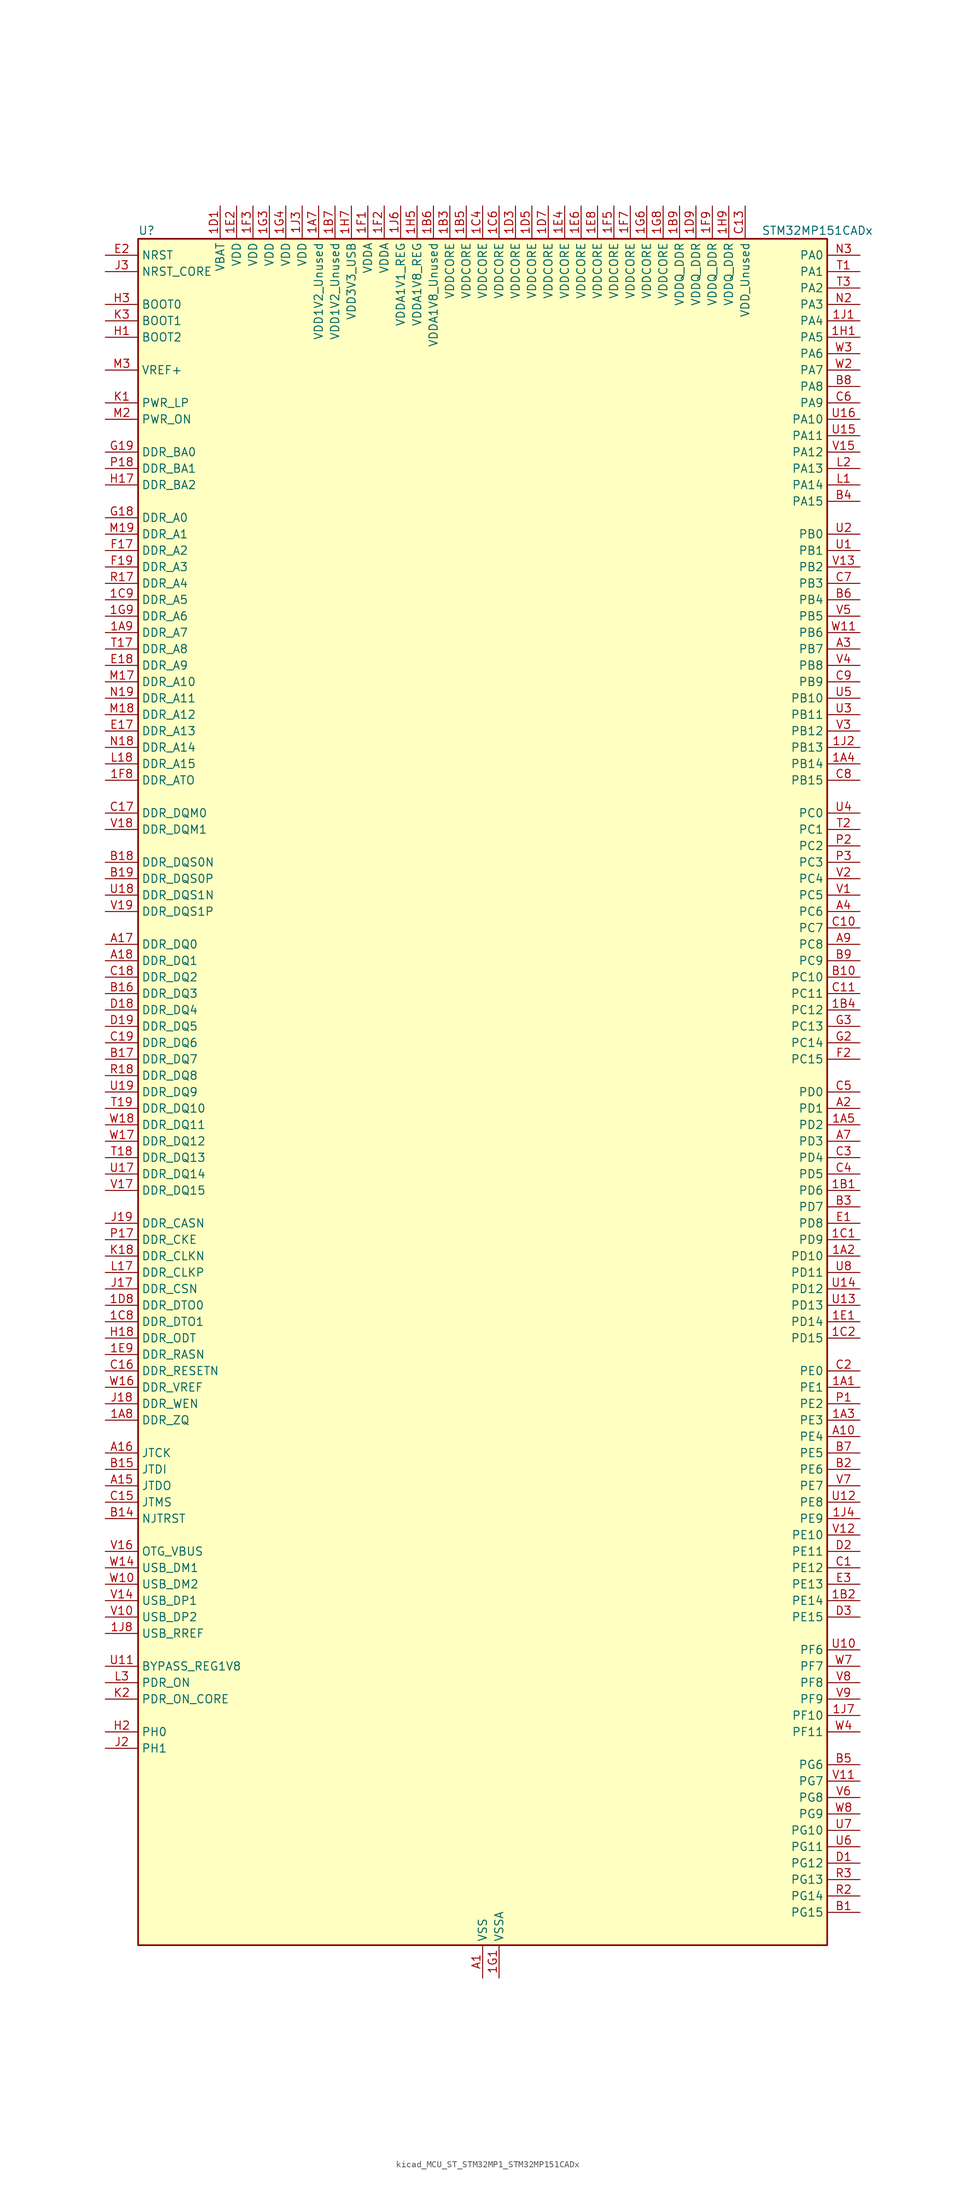
<source format=kicad_sym>
(kicad_symbol_lib
  (version 20220914)
  (generator kicad_symbol_editor)
  (symbol "kicad_MCU_ST_STM32MP1_STM32MP151CADx"
    (property "Reference" "U"
      (at -53.34 133.35 0)
      (effects (font (size 1.27 1.27)) (justify left)))
    (property "Value" "STM32MP151CADx"
      (at 43.18 133.35 0)
      (effects (font (size 1.27 1.27)) (justify left)))
    (property "ki_locked" ""
      (at 0 0 0)
      (effects (font (size 1.27 1.27))))
    (symbol "kicad_MCU_ST_STM32MP1_STM32MP151CADx_0_1"
      (rectangle (start -53.34 -132.08) (end 53.34 132.08) (stroke (width 0.254) (type default)) (fill (type background))))
    (symbol "kicad_MCU_ST_STM32MP1_STM32MP151CADx_1_1"
      (pin bidirectional line (at 58.42 -45.72 180) (length 5.08) (name "PE1" (effects (font (size 1.27 1.27)))) (number "1A1" (effects (font (size 1.27 1.27)))) (alternate "DCMI_D3" bidirectional line) (alternate "FMC_NBL1" bidirectional line) (alternate "I2S2_MCK" bidirectional line) (alternate "LPTIM1_IN2" bidirectional line) (alternate "SAI3_SD_B" bidirectional line) (alternate "UART8_TX" bidirectional line))
      (pin bidirectional line (at 58.42 -25.4 180) (length 5.08) (name "PD10" (effects (font (size 1.27 1.27)))) (number "1A2" (effects (font (size 1.27 1.27)))) (alternate "DFSDM1_CKOUT" bidirectional line) (alternate "FMC_D15" bidirectional line) (alternate "FMC_DA15" bidirectional line) (alternate "I2C5_SMBA" bidirectional line) (alternate "I2S3_SDI" bidirectional line) (alternate "LTDC_B3" bidirectional line) (alternate "RTC_REFIN" bidirectional line) (alternate "SAI3_FS_B" bidirectional line) (alternate "SPI3_MISO" bidirectional line) (alternate "TIM16_BKIN" bidirectional line) (alternate "USART3_CK" bidirectional line))
      (pin bidirectional line (at 58.42 -50.8 180) (length 5.08) (name "PE3" (effects (font (size 1.27 1.27)))) (number "1A3" (effects (font (size 1.27 1.27)))) (alternate "DEBUG_TRACED0" bidirectional line) (alternate "FMC_A19" bidirectional line) (alternate "SAI1_SD_B" bidirectional line) (alternate "SDMMC2_CK" bidirectional line) (alternate "TIM15_BKIN" bidirectional line))
      (pin bidirectional line (at 58.42 50.8 180) (length 5.08) (name "PB14" (effects (font (size 1.27 1.27)))) (number "1A4" (effects (font (size 1.27 1.27)))) (alternate "DFSDM1_DATIN2" bidirectional line) (alternate "I2S2_SDI" bidirectional line) (alternate "SDMMC2_D0" bidirectional line) (alternate "SPI2_MISO" bidirectional line) (alternate "TIM12_CH1" bidirectional line) (alternate "TIM1_CH2N" bidirectional line) (alternate "TIM8_CH2N" bidirectional line) (alternate "USART1_TX" bidirectional line) (alternate "USART3_DE" bidirectional line) (alternate "USART3_RTS" bidirectional line))
      (pin bidirectional line (at 58.42 -5.08 180) (length 5.08) (name "PD2" (effects (font (size 1.27 1.27)))) (number "1A5" (effects (font (size 1.27 1.27)))) (alternate "DCMI_D11" bidirectional line) (alternate "I2C5_SMBA" bidirectional line) (alternate "SDMMC1_CMD" bidirectional line) (alternate "TIM3_ETR" bidirectional line) (alternate "UART4_RX" bidirectional line) (alternate "UART5_RX" bidirectional line))
      (pin passive line (at 0 -137.16 90) (length 5.08) hide (name "VSS" (effects (font (size 1.27 1.27)))) (number "1A6" (effects (font (size 1.27 1.27)))))
      (pin power_in line (at -25.4 137.16 270) (length 5.08) (name "VDD1V2_Unused" (effects (font (size 1.27 1.27)))) (number "1A7" (effects (font (size 1.27 1.27)))))
      (pin bidirectional line (at -58.42 -50.8 0) (length 5.08) (name "DDR_ZQ" (effects (font (size 1.27 1.27)))) (number "1A8" (effects (font (size 1.27 1.27)))) (alternate "DDR_ZQ" bidirectional line))
      (pin bidirectional line (at -58.42 71.12 0) (length 5.08) (name "DDR_A7" (effects (font (size 1.27 1.27)))) (number "1A9" (effects (font (size 1.27 1.27)))) (alternate "DDR_A7" bidirectional line))
      (pin bidirectional line (at 58.42 -15.24 180) (length 5.08) (name "PD6" (effects (font (size 1.27 1.27)))) (number "1B1" (effects (font (size 1.27 1.27)))) (alternate "DCMI_D10" bidirectional line) (alternate "DFSDM1_CKIN4" bidirectional line) (alternate "DFSDM1_DATIN1" bidirectional line) (alternate "FMC_NWAIT" bidirectional line) (alternate "I2S3_SDO" bidirectional line) (alternate "LTDC_B2" bidirectional line) (alternate "SAI1_D1" bidirectional line) (alternate "SAI1_SD_A" bidirectional line) (alternate "SPI3_MOSI" bidirectional line) (alternate "TIM16_CH1N" bidirectional line) (alternate "USART2_RX" bidirectional line))
      (pin bidirectional line (at 58.42 -78.74 180) (length 5.08) (name "PE14" (effects (font (size 1.27 1.27)))) (number "1B2" (effects (font (size 1.27 1.27)))) (alternate "FMC_D11" bidirectional line) (alternate "FMC_DA11" bidirectional line) (alternate "LTDC_CLK" bidirectional line) (alternate "LTDC_G0" bidirectional line) (alternate "SAI2_MCLK_B" bidirectional line) (alternate "SDMMC1_D123DIR" bidirectional line) (alternate "SPI4_MOSI" bidirectional line) (alternate "TIM1_CH4" bidirectional line) (alternate "UART8_DE" bidirectional line) (alternate "UART8_RTS" bidirectional line))
      (pin power_in line (at -5.08 137.16 270) (length 5.08) (name "VDDCORE" (effects (font (size 1.27 1.27)))) (number "1B3" (effects (font (size 1.27 1.27)))))
      (pin bidirectional line (at 58.42 12.7 180) (length 5.08) (name "PC12" (effects (font (size 1.27 1.27)))) (number "1B4" (effects (font (size 1.27 1.27)))) (alternate "DCMI_D9" bidirectional line) (alternate "DEBUG_TRACECLK" bidirectional line) (alternate "I2S3_SDO" bidirectional line) (alternate "RCC_MCO_2" bidirectional line) (alternate "SAI4_D3" bidirectional line) (alternate "SAI4_SD_B" bidirectional line) (alternate "SDMMC1_CK" bidirectional line) (alternate "SPI3_MOSI" bidirectional line) (alternate "UART5_TX" bidirectional line) (alternate "USART3_CK" bidirectional line))
      (pin power_in line (at -2.54 137.16 270) (length 5.08) (name "VDDCORE" (effects (font (size 1.27 1.27)))) (number "1B5" (effects (font (size 1.27 1.27)))))
      (pin power_in line (at -7.62 137.16 270) (length 5.08) (name "VDDA1V8_Unused" (effects (font (size 1.27 1.27)))) (number "1B6" (effects (font (size 1.27 1.27)))))
      (pin power_in line (at -22.86 137.16 270) (length 5.08) (name "VDD1V2_Unused" (effects (font (size 1.27 1.27)))) (number "1B7" (effects (font (size 1.27 1.27)))))
      (pin passive line (at 0 -137.16 90) (length 5.08) hide (name "VSS" (effects (font (size 1.27 1.27)))) (number "1B8" (effects (font (size 1.27 1.27)))))
      (pin power_in line (at 30.48 137.16 270) (length 5.08) (name "VDDQ_DDR" (effects (font (size 1.27 1.27)))) (number "1B9" (effects (font (size 1.27 1.27)))))
      (pin bidirectional line (at 58.42 -22.86 180) (length 5.08) (name "PD9" (effects (font (size 1.27 1.27)))) (number "1C1" (effects (font (size 1.27 1.27)))) (alternate "DAC1_EXTI9" bidirectional line) (alternate "DCMI_HSYNC" bidirectional line) (alternate "DFSDM1_DATIN3" bidirectional line) (alternate "FMC_D14" bidirectional line) (alternate "FMC_DA14" bidirectional line) (alternate "LTDC_B0" bidirectional line) (alternate "SAI3_SD_B" bidirectional line) (alternate "USART3_RX" bidirectional line))
      (pin bidirectional line (at 58.42 -38.1 180) (length 5.08) (name "PD15" (effects (font (size 1.27 1.27)))) (number "1C2" (effects (font (size 1.27 1.27)))) (alternate "ADC1_EXTI15" bidirectional line) (alternate "ADC2_EXTI15" bidirectional line) (alternate "FMC_D1" bidirectional line) (alternate "FMC_DA1" bidirectional line) (alternate "LTDC_R1" bidirectional line) (alternate "SAI3_MCLK_A" bidirectional line) (alternate "TIM4_CH4" bidirectional line) (alternate "UART8_CTS" bidirectional line))
      (pin passive line (at 0 -137.16 90) (length 5.08) hide (name "VSS" (effects (font (size 1.27 1.27)))) (number "1C3" (effects (font (size 1.27 1.27)))))
      (pin power_in line (at 0 137.16 270) (length 5.08) (name "VDDCORE" (effects (font (size 1.27 1.27)))) (number "1C4" (effects (font (size 1.27 1.27)))))
      (pin passive line (at 0 -137.16 90) (length 5.08) hide (name "VSS" (effects (font (size 1.27 1.27)))) (number "1C5" (effects (font (size 1.27 1.27)))))
      (pin power_in line (at 2.54 137.16 270) (length 5.08) (name "VDDCORE" (effects (font (size 1.27 1.27)))) (number "1C6" (effects (font (size 1.27 1.27)))))
      (pin passive line (at 0 -137.16 90) (length 5.08) hide (name "VSS" (effects (font (size 1.27 1.27)))) (number "1C7" (effects (font (size 1.27 1.27)))))
      (pin bidirectional line (at -58.42 -35.56 0) (length 5.08) (name "DDR_DTO1" (effects (font (size 1.27 1.27)))) (number "1C8" (effects (font (size 1.27 1.27)))) (alternate "DDR_DTO1" bidirectional line))
      (pin bidirectional line (at -58.42 76.2 0) (length 5.08) (name "DDR_A5" (effects (font (size 1.27 1.27)))) (number "1C9" (effects (font (size 1.27 1.27)))) (alternate "DDR_A5" bidirectional line))
      (pin power_in line (at -40.64 137.16 270) (length 5.08) (name "VBAT" (effects (font (size 1.27 1.27)))) (number "1D1" (effects (font (size 1.27 1.27)))))
      (pin passive line (at 0 -137.16 90) (length 5.08) hide (name "VSS" (effects (font (size 1.27 1.27)))) (number "1D2" (effects (font (size 1.27 1.27)))))
      (pin power_in line (at 5.08 137.16 270) (length 5.08) (name "VDDCORE" (effects (font (size 1.27 1.27)))) (number "1D3" (effects (font (size 1.27 1.27)))))
      (pin passive line (at 0 -137.16 90) (length 5.08) hide (name "VSS" (effects (font (size 1.27 1.27)))) (number "1D4" (effects (font (size 1.27 1.27)))))
      (pin power_in line (at 7.62 137.16 270) (length 5.08) (name "VDDCORE" (effects (font (size 1.27 1.27)))) (number "1D5" (effects (font (size 1.27 1.27)))))
      (pin passive line (at 0 -137.16 90) (length 5.08) hide (name "VSS" (effects (font (size 1.27 1.27)))) (number "1D6" (effects (font (size 1.27 1.27)))))
      (pin power_in line (at 10.16 137.16 270) (length 5.08) (name "VDDCORE" (effects (font (size 1.27 1.27)))) (number "1D7" (effects (font (size 1.27 1.27)))))
      (pin bidirectional line (at -58.42 -33.02 0) (length 5.08) (name "DDR_DTO0" (effects (font (size 1.27 1.27)))) (number "1D8" (effects (font (size 1.27 1.27)))) (alternate "DDR_DTO0" bidirectional line))
      (pin power_in line (at 33.02 137.16 270) (length 5.08) (name "VDDQ_DDR" (effects (font (size 1.27 1.27)))) (number "1D9" (effects (font (size 1.27 1.27)))))
      (pin bidirectional line (at 58.42 -35.56 180) (length 5.08) (name "PD14" (effects (font (size 1.27 1.27)))) (number "1E1" (effects (font (size 1.27 1.27)))) (alternate "FMC_D0" bidirectional line) (alternate "FMC_DA0" bidirectional line) (alternate "SAI3_MCLK_B" bidirectional line) (alternate "TIM4_CH3" bidirectional line) (alternate "UART8_CTS" bidirectional line))
      (pin power_in line (at -38.1 137.16 270) (length 5.08) (name "VDD" (effects (font (size 1.27 1.27)))) (number "1E2" (effects (font (size 1.27 1.27)))))
      (pin passive line (at 0 -137.16 90) (length 5.08) hide (name "VSS" (effects (font (size 1.27 1.27)))) (number "1E3" (effects (font (size 1.27 1.27)))))
      (pin power_in line (at 12.7 137.16 270) (length 5.08) (name "VDDCORE" (effects (font (size 1.27 1.27)))) (number "1E4" (effects (font (size 1.27 1.27)))))
      (pin passive line (at 0 -137.16 90) (length 5.08) hide (name "VSS" (effects (font (size 1.27 1.27)))) (number "1E5" (effects (font (size 1.27 1.27)))))
      (pin power_in line (at 15.24 137.16 270) (length 5.08) (name "VDDCORE" (effects (font (size 1.27 1.27)))) (number "1E6" (effects (font (size 1.27 1.27)))))
      (pin passive line (at 0 -137.16 90) (length 5.08) hide (name "VSS" (effects (font (size 1.27 1.27)))) (number "1E7" (effects (font (size 1.27 1.27)))))
      (pin power_in line (at 17.78 137.16 270) (length 5.08) (name "VDDCORE" (effects (font (size 1.27 1.27)))) (number "1E8" (effects (font (size 1.27 1.27)))))
      (pin bidirectional line (at -58.42 -40.64 0) (length 5.08) (name "DDR_RASN" (effects (font (size 1.27 1.27)))) (number "1E9" (effects (font (size 1.27 1.27)))) (alternate "DDR_RASN" bidirectional line))
      (pin power_in line (at -17.78 137.16 270) (length 5.08) (name "VDDA" (effects (font (size 1.27 1.27)))) (number "1F1" (effects (font (size 1.27 1.27)))))
      (pin power_in line (at -15.24 137.16 270) (length 5.08) (name "VDDA" (effects (font (size 1.27 1.27)))) (number "1F2" (effects (font (size 1.27 1.27)))))
      (pin power_in line (at -35.56 137.16 270) (length 5.08) (name "VDD" (effects (font (size 1.27 1.27)))) (number "1F3" (effects (font (size 1.27 1.27)))))
      (pin passive line (at 0 -137.16 90) (length 5.08) hide (name "VSS" (effects (font (size 1.27 1.27)))) (number "1F4" (effects (font (size 1.27 1.27)))))
      (pin power_in line (at 20.32 137.16 270) (length 5.08) (name "VDDCORE" (effects (font (size 1.27 1.27)))) (number "1F5" (effects (font (size 1.27 1.27)))))
      (pin passive line (at 0 -137.16 90) (length 5.08) hide (name "VSS" (effects (font (size 1.27 1.27)))) (number "1F6" (effects (font (size 1.27 1.27)))))
      (pin power_in line (at 22.86 137.16 270) (length 5.08) (name "VDDCORE" (effects (font (size 1.27 1.27)))) (number "1F7" (effects (font (size 1.27 1.27)))))
      (pin bidirectional line (at -58.42 48.26 0) (length 5.08) (name "DDR_ATO" (effects (font (size 1.27 1.27)))) (number "1F8" (effects (font (size 1.27 1.27)))) (alternate "DDR_ATO" bidirectional line))
      (pin power_in line (at 35.56 137.16 270) (length 5.08) (name "VDDQ_DDR" (effects (font (size 1.27 1.27)))) (number "1F9" (effects (font (size 1.27 1.27)))))
      (pin power_in line (at 2.54 -137.16 90) (length 5.08) (name "VSSA" (effects (font (size 1.27 1.27)))) (number "1G1" (effects (font (size 1.27 1.27)))))
      (pin passive line (at 0 -137.16 90) (length 5.08) hide (name "VSS" (effects (font (size 1.27 1.27)))) (number "1G2" (effects (font (size 1.27 1.27)))))
      (pin power_in line (at -33.02 137.16 270) (length 5.08) (name "VDD" (effects (font (size 1.27 1.27)))) (number "1G3" (effects (font (size 1.27 1.27)))))
      (pin power_in line (at -30.48 137.16 270) (length 5.08) (name "VDD" (effects (font (size 1.27 1.27)))) (number "1G4" (effects (font (size 1.27 1.27)))))
      (pin passive line (at 0 -137.16 90) (length 5.08) hide (name "VSS" (effects (font (size 1.27 1.27)))) (number "1G5" (effects (font (size 1.27 1.27)))))
      (pin power_in line (at 25.4 137.16 270) (length 5.08) (name "VDDCORE" (effects (font (size 1.27 1.27)))) (number "1G6" (effects (font (size 1.27 1.27)))))
      (pin passive line (at 0 -137.16 90) (length 5.08) hide (name "VSS" (effects (font (size 1.27 1.27)))) (number "1G7" (effects (font (size 1.27 1.27)))))
      (pin power_in line (at 27.94 137.16 270) (length 5.08) (name "VDDCORE" (effects (font (size 1.27 1.27)))) (number "1G8" (effects (font (size 1.27 1.27)))))
      (pin bidirectional line (at -58.42 73.66 0) (length 5.08) (name "DDR_A6" (effects (font (size 1.27 1.27)))) (number "1G9" (effects (font (size 1.27 1.27)))) (alternate "DDR_A6" bidirectional line))
      (pin bidirectional line (at 58.42 116.84 180) (length 5.08) (name "PA5" (effects (font (size 1.27 1.27)))) (number "1H1" (effects (font (size 1.27 1.27)))) (alternate "ADC1_INN18" bidirectional line) (alternate "ADC1_INP19" bidirectional line) (alternate "ADC2_INN18" bidirectional line) (alternate "ADC2_INP19" bidirectional line) (alternate "DAC1_OUT2" bidirectional line) (alternate "I2S1_CK" bidirectional line) (alternate "LTDC_R4" bidirectional line) (alternate "SAI4_CK1" bidirectional line) (alternate "SAI4_MCLK_A" bidirectional line) (alternate "SPI1_SCK" bidirectional line) (alternate "SPI6_SCK" bidirectional line) (alternate "TIM2_CH1" bidirectional line) (alternate "TIM2_ETR" bidirectional line) (alternate "TIM8_CH1N" bidirectional line))
      (pin passive line (at 0 -137.16 90) (length 5.08) hide (name "VSS" (effects (font (size 1.27 1.27)))) (number "1H2" (effects (font (size 1.27 1.27)))))
      (pin passive line (at 0 -137.16 90) (length 5.08) hide (name "VSS" (effects (font (size 1.27 1.27)))) (number "1H3" (effects (font (size 1.27 1.27)))))
      (pin passive line (at 0 -137.16 90) (length 5.08) hide (name "VSS" (effects (font (size 1.27 1.27)))) (number "1H4" (effects (font (size 1.27 1.27)))))
      (pin power_in line (at -10.16 137.16 270) (length 5.08) (name "VDDA1V8_REG" (effects (font (size 1.27 1.27)))) (number "1H5" (effects (font (size 1.27 1.27)))))
      (pin passive line (at 0 -137.16 90) (length 5.08) hide (name "VSS" (effects (font (size 1.27 1.27)))) (number "1H6" (effects (font (size 1.27 1.27)))))
      (pin power_in line (at -20.32 137.16 270) (length 5.08) (name "VDD3V3_USB" (effects (font (size 1.27 1.27)))) (number "1H7" (effects (font (size 1.27 1.27)))))
      (pin passive line (at 0 -137.16 90) (length 5.08) hide (name "VSS" (effects (font (size 1.27 1.27)))) (number "1H8" (effects (font (size 1.27 1.27)))))
      (pin power_in line (at 38.1 137.16 270) (length 5.08) (name "VDDQ_DDR" (effects (font (size 1.27 1.27)))) (number "1H9" (effects (font (size 1.27 1.27)))))
      (pin bidirectional line (at 58.42 119.38 180) (length 5.08) (name "PA4" (effects (font (size 1.27 1.27)))) (number "1J1" (effects (font (size 1.27 1.27)))) (alternate "ADC1_INP18" bidirectional line) (alternate "ADC2_INP18" bidirectional line) (alternate "DAC1_OUT1" bidirectional line) (alternate "DCMI_HSYNC" bidirectional line) (alternate "HDP_HDP0" bidirectional line) (alternate "I2S1_WS" bidirectional line) (alternate "I2S3_WS" bidirectional line) (alternate "LTDC_VSYNC" bidirectional line) (alternate "SAI4_D2" bidirectional line) (alternate "SAI4_FS_A" bidirectional line) (alternate "SPI1_NSS" bidirectional line) (alternate "SPI3_NSS" bidirectional line) (alternate "SPI6_NSS" bidirectional line) (alternate "TIM5_ETR" bidirectional line) (alternate "USART2_CK" bidirectional line))
      (pin bidirectional line (at 58.42 53.34 180) (length 5.08) (name "PB13" (effects (font (size 1.27 1.27)))) (number "1J2" (effects (font (size 1.27 1.27)))) (alternate "DFSDM1_CKIN1" bidirectional line) (alternate "DFSDM1_CKOUT" bidirectional line) (alternate "ETH1_TXD1" bidirectional line) (alternate "I2S2_CK" bidirectional line) (alternate "LPTIM2_OUT" bidirectional line) (alternate "SPI2_SCK" bidirectional line) (alternate "TIM1_CH1N" bidirectional line) (alternate "UART5_TX" bidirectional line) (alternate "USART3_CTS" bidirectional line) (alternate "USART3_NSS" bidirectional line))
      (pin power_in line (at -27.94 137.16 270) (length 5.08) (name "VDD" (effects (font (size 1.27 1.27)))) (number "1J3" (effects (font (size 1.27 1.27)))))
      (pin bidirectional line (at 58.42 -66.04 180) (length 5.08) (name "PE9" (effects (font (size 1.27 1.27)))) (number "1J4" (effects (font (size 1.27 1.27)))) (alternate "DAC1_EXTI9" bidirectional line) (alternate "DFSDM1_CKOUT" bidirectional line) (alternate "FMC_D6" bidirectional line) (alternate "FMC_DA6" bidirectional line) (alternate "QUADSPI_BK2_IO2" bidirectional line) (alternate "TIM1_CH1" bidirectional line) (alternate "UART7_DE" bidirectional line) (alternate "UART7_RTS" bidirectional line))
      (pin passive line (at 0 -137.16 90) (length 5.08) hide (name "VSS" (effects (font (size 1.27 1.27)))) (number "1J5" (effects (font (size 1.27 1.27)))))
      (pin power_in line (at -12.7 137.16 270) (length 5.08) (name "VDDA1V1_REG" (effects (font (size 1.27 1.27)))) (number "1J6" (effects (font (size 1.27 1.27)))))
      (pin bidirectional line (at 58.42 -96.52 180) (length 5.08) (name "PF10" (effects (font (size 1.27 1.27)))) (number "1J7" (effects (font (size 1.27 1.27)))) (alternate "DCMI_D11" bidirectional line) (alternate "LTDC_DE" bidirectional line) (alternate "QUADSPI_CLK" bidirectional line) (alternate "SAI1_D3" bidirectional line) (alternate "SAI1_D4" bidirectional line) (alternate "SAI4_D3" bidirectional line) (alternate "SAI4_D4" bidirectional line) (alternate "TIM16_BKIN" bidirectional line))
      (pin bidirectional line (at -58.42 -83.82 0) (length 5.08) (name "USB_RREF" (effects (font (size 1.27 1.27)))) (number "1J8" (effects (font (size 1.27 1.27)))))
      (pin passive line (at 0 -137.16 90) (length 5.08) hide (name "VSS" (effects (font (size 1.27 1.27)))) (number "1J9" (effects (font (size 1.27 1.27)))))
      (pin power_in line (at 0 -137.16 90) (length 5.08) (name "VSS" (effects (font (size 1.27 1.27)))) (number "A1" (effects (font (size 1.27 1.27)))))
      (pin bidirectional line (at 58.42 -53.34 180) (length 5.08) (name "PE4" (effects (font (size 1.27 1.27)))) (number "A10" (effects (font (size 1.27 1.27)))) (alternate "DCMI_D4" bidirectional line) (alternate "DEBUG_TRACED1" bidirectional line) (alternate "DFSDM1_DATIN3" bidirectional line) (alternate "FMC_A20" bidirectional line) (alternate "LTDC_B0" bidirectional line) (alternate "SAI1_D2" bidirectional line) (alternate "SAI1_FS_A" bidirectional line) (alternate "SDMMC1_CKIN" bidirectional line) (alternate "SDMMC1_D4" bidirectional line) (alternate "SDMMC2_CKIN" bidirectional line) (alternate "SDMMC2_D4" bidirectional line) (alternate "SPI4_NSS" bidirectional line) (alternate "TIM15_CH1N" bidirectional line))
      (pin no_connect line (at -53.34 -132.08 0) (length 5.08) hide (name "DNU" (effects (font (size 1.27 1.27)))) (number "A12" (effects (font (size 1.27 1.27)))))
      (pin no_connect line (at -53.34 -129.54 0) (length 5.08) hide (name "DNU" (effects (font (size 1.27 1.27)))) (number "A13" (effects (font (size 1.27 1.27)))))
      (pin bidirectional line (at -58.42 -60.96 0) (length 5.08) (name "JTDO" (effects (font (size 1.27 1.27)))) (number "A15" (effects (font (size 1.27 1.27)))) (alternate "DEBUG_JTDO-SWO" bidirectional line))
      (pin bidirectional line (at -58.42 -55.88 0) (length 5.08) (name "JTCK" (effects (font (size 1.27 1.27)))) (number "A16" (effects (font (size 1.27 1.27)))) (alternate "DEBUG_JTCK-SWCLK" bidirectional line))
      (pin bidirectional line (at -58.42 22.86 0) (length 5.08) (name "DDR_DQ0" (effects (font (size 1.27 1.27)))) (number "A17" (effects (font (size 1.27 1.27)))) (alternate "DDR_DQ0" bidirectional line))
      (pin bidirectional line (at -58.42 20.32 0) (length 5.08) (name "DDR_DQ1" (effects (font (size 1.27 1.27)))) (number "A18" (effects (font (size 1.27 1.27)))) (alternate "DDR_DQ1" bidirectional line))
      (pin passive line (at 0 -137.16 90) (length 5.08) hide (name "VSS" (effects (font (size 1.27 1.27)))) (number "A19" (effects (font (size 1.27 1.27)))))
      (pin bidirectional line (at 58.42 -2.54 180) (length 5.08) (name "PD1" (effects (font (size 1.27 1.27)))) (number "A2" (effects (font (size 1.27 1.27)))) (alternate "DFSDM1_CKIN7" bidirectional line) (alternate "DFSDM1_DATIN6" bidirectional line) (alternate "FMC_D3" bidirectional line) (alternate "FMC_DA3" bidirectional line) (alternate "I2C5_SCL" bidirectional line) (alternate "I2C6_SCL" bidirectional line) (alternate "SAI3_SD_A" bidirectional line) (alternate "SDMMC3_D0" bidirectional line) (alternate "UART4_TX" bidirectional line))
      (pin bidirectional line (at 58.42 68.58 180) (length 5.08) (name "PB7" (effects (font (size 1.27 1.27)))) (number "A3" (effects (font (size 1.27 1.27)))) (alternate "DCMI_VSYNC" bidirectional line) (alternate "DFSDM1_CKIN5" bidirectional line) (alternate "FMC_NL" bidirectional line) (alternate "I2C1_SDA" bidirectional line) (alternate "I2C4_SDA" bidirectional line) (alternate "SDMMC2_D1" bidirectional line) (alternate "TIM17_CH1N" bidirectional line) (alternate "TIM4_CH2" bidirectional line) (alternate "USART1_RX" bidirectional line))
      (pin bidirectional line (at 58.42 27.94 180) (length 5.08) (name "PC6" (effects (font (size 1.27 1.27)))) (number "A4" (effects (font (size 1.27 1.27)))) (alternate "DCMI_D0" bidirectional line) (alternate "DFSDM1_CKIN3" bidirectional line) (alternate "HDP_HDP1" bidirectional line) (alternate "I2S2_MCK" bidirectional line) (alternate "LTDC_HSYNC" bidirectional line) (alternate "SDMMC1_D0DIR" bidirectional line) (alternate "SDMMC1_D6" bidirectional line) (alternate "SDMMC2_D0DIR" bidirectional line) (alternate "SDMMC2_D6" bidirectional line) (alternate "TIM3_CH1" bidirectional line) (alternate "TIM8_CH1" bidirectional line) (alternate "USART6_TX" bidirectional line))
      (pin passive line (at 0 -137.16 90) (length 5.08) hide (name "VSS" (effects (font (size 1.27 1.27)))) (number "A6" (effects (font (size 1.27 1.27)))))
      (pin bidirectional line (at 58.42 -7.62 180) (length 5.08) (name "PD3" (effects (font (size 1.27 1.27)))) (number "A7" (effects (font (size 1.27 1.27)))) (alternate "DCMI_D5" bidirectional line) (alternate "DFSDM1_CKOUT" bidirectional line) (alternate "DFSDM1_DATIN0" bidirectional line) (alternate "FMC_CLK" bidirectional line) (alternate "HDP_HDP5" bidirectional line) (alternate "I2S2_CK" bidirectional line) (alternate "LTDC_G7" bidirectional line) (alternate "SDMMC1_D123DIR" bidirectional line) (alternate "SDMMC1_D7" bidirectional line) (alternate "SDMMC2_D123DIR" bidirectional line) (alternate "SDMMC2_D7" bidirectional line) (alternate "SPI2_SCK" bidirectional line) (alternate "USART2_CTS" bidirectional line) (alternate "USART2_NSS" bidirectional line))
      (pin bidirectional line (at 58.42 22.86 180) (length 5.08) (name "PC8" (effects (font (size 1.27 1.27)))) (number "A9" (effects (font (size 1.27 1.27)))) (alternate "DCMI_D2" bidirectional line) (alternate "DEBUG_TRACED0" bidirectional line) (alternate "SDMMC1_D0" bidirectional line) (alternate "TIM3_CH3" bidirectional line) (alternate "TIM8_CH3" bidirectional line) (alternate "UART4_TX" bidirectional line) (alternate "UART5_DE" bidirectional line) (alternate "UART5_RTS" bidirectional line) (alternate "USART6_CK" bidirectional line))
      (pin bidirectional line (at 58.42 -127 180) (length 5.08) (name "PG15" (effects (font (size 1.27 1.27)))) (number "B1" (effects (font (size 1.27 1.27)))) (alternate "ADC1_EXTI15" bidirectional line) (alternate "ADC2_EXTI15" bidirectional line) (alternate "DCMI_D13" bidirectional line) (alternate "DEBUG_TRACED7" bidirectional line) (alternate "I2C2_SDA" bidirectional line) (alternate "SAI1_D2" bidirectional line) (alternate "SAI1_FS_A" bidirectional line) (alternate "SDMMC3_CK" bidirectional line) (alternate "USART6_CTS" bidirectional line) (alternate "USART6_NSS" bidirectional line))
      (pin bidirectional line (at 58.42 17.78 180) (length 5.08) (name "PC10" (effects (font (size 1.27 1.27)))) (number "B10" (effects (font (size 1.27 1.27)))) (alternate "DCMI_D8" bidirectional line) (alternate "DEBUG_TRACED2" bidirectional line) (alternate "DFSDM1_CKIN5" bidirectional line) (alternate "I2S3_CK" bidirectional line) (alternate "LTDC_R2" bidirectional line) (alternate "QUADSPI_BK1_IO1" bidirectional line) (alternate "SAI4_MCLK_B" bidirectional line) (alternate "SDMMC1_D2" bidirectional line) (alternate "SPI3_SCK" bidirectional line) (alternate "UART4_TX" bidirectional line) (alternate "USART3_TX" bidirectional line))
      (pin no_connect line (at -53.34 -127 0) (length 5.08) hide (name "DNU" (effects (font (size 1.27 1.27)))) (number "B11" (effects (font (size 1.27 1.27)))))
      (pin no_connect line (at -53.34 -124.46 0) (length 5.08) hide (name "DNU" (effects (font (size 1.27 1.27)))) (number "B12" (effects (font (size 1.27 1.27)))))
      (pin no_connect line (at -53.34 -121.92 0) (length 5.08) hide (name "DNU" (effects (font (size 1.27 1.27)))) (number "B13" (effects (font (size 1.27 1.27)))))
      (pin bidirectional line (at -58.42 -66.04 0) (length 5.08) (name "NJTRST" (effects (font (size 1.27 1.27)))) (number "B14" (effects (font (size 1.27 1.27)))) (alternate "DEBUG_JTRST" bidirectional line))
      (pin bidirectional line (at -58.42 -58.42 0) (length 5.08) (name "JTDI" (effects (font (size 1.27 1.27)))) (number "B15" (effects (font (size 1.27 1.27)))) (alternate "DEBUG_JTDI" bidirectional line))
      (pin bidirectional line (at -58.42 15.24 0) (length 5.08) (name "DDR_DQ3" (effects (font (size 1.27 1.27)))) (number "B16" (effects (font (size 1.27 1.27)))) (alternate "DDR_DQ3" bidirectional line))
      (pin bidirectional line (at -58.42 5.08 0) (length 5.08) (name "DDR_DQ7" (effects (font (size 1.27 1.27)))) (number "B17" (effects (font (size 1.27 1.27)))) (alternate "DDR_DQ7" bidirectional line))
      (pin bidirectional line (at -58.42 35.56 0) (length 5.08) (name "DDR_DQS0N" (effects (font (size 1.27 1.27)))) (number "B18" (effects (font (size 1.27 1.27)))) (alternate "DDR_DQS0N" bidirectional line))
      (pin bidirectional line (at -58.42 33.02 0) (length 5.08) (name "DDR_DQS0P" (effects (font (size 1.27 1.27)))) (number "B19" (effects (font (size 1.27 1.27)))) (alternate "DDR_DQS0P" bidirectional line))
      (pin bidirectional line (at 58.42 -58.42 180) (length 5.08) (name "PE6" (effects (font (size 1.27 1.27)))) (number "B2" (effects (font (size 1.27 1.27)))) (alternate "DCMI_D7" bidirectional line) (alternate "DEBUG_TRACED2" bidirectional line) (alternate "FMC_A22" bidirectional line) (alternate "LTDC_G1" bidirectional line) (alternate "SAI1_D1" bidirectional line) (alternate "SAI1_SD_A" bidirectional line) (alternate "SAI2_MCLK_B" bidirectional line) (alternate "SDMMC1_D2" bidirectional line) (alternate "SDMMC2_D0" bidirectional line) (alternate "SPI4_MOSI" bidirectional line) (alternate "TIM15_CH2" bidirectional line) (alternate "TIM1_BKIN2" bidirectional line))
      (pin bidirectional line (at 58.42 -17.78 180) (length 5.08) (name "PD7" (effects (font (size 1.27 1.27)))) (number "B3" (effects (font (size 1.27 1.27)))) (alternate "DEBUG_TRACED6" bidirectional line) (alternate "DFSDM1_CKIN1" bidirectional line) (alternate "DFSDM1_DATIN4" bidirectional line) (alternate "FMC_NE1" bidirectional line) (alternate "I2C2_SCL" bidirectional line) (alternate "SDMMC3_D3" bidirectional line) (alternate "SPDIFRX_IN0" bidirectional line) (alternate "USART2_CK" bidirectional line))
      (pin bidirectional line (at 58.42 91.44 180) (length 5.08) (name "PA15" (effects (font (size 1.27 1.27)))) (number "B4" (effects (font (size 1.27 1.27)))) (alternate "ADC1_EXTI15" bidirectional line) (alternate "ADC2_EXTI15" bidirectional line) (alternate "CEC" bidirectional line) (alternate "DEBUG_DBTRGI" bidirectional line) (alternate "I2S1_WS" bidirectional line) (alternate "I2S3_WS" bidirectional line) (alternate "LTDC_R1" bidirectional line) (alternate "SAI4_D2" bidirectional line) (alternate "SAI4_FS_A" bidirectional line) (alternate "SDMMC1_CDIR" bidirectional line) (alternate "SDMMC1_D5" bidirectional line) (alternate "SDMMC2_CDIR" bidirectional line) (alternate "SDMMC2_D5" bidirectional line) (alternate "SPI1_NSS" bidirectional line) (alternate "SPI3_NSS" bidirectional line) (alternate "SPI6_NSS" bidirectional line) (alternate "TIM2_CH1" bidirectional line) (alternate "TIM2_ETR" bidirectional line) (alternate "UART4_DE" bidirectional line) (alternate "UART4_RTS" bidirectional line) (alternate "UART7_TX" bidirectional line))
      (pin bidirectional line (at 58.42 -104.14 180) (length 5.08) (name "PG6" (effects (font (size 1.27 1.27)))) (number "B5" (effects (font (size 1.27 1.27)))) (alternate "DCMI_D12" bidirectional line) (alternate "DEBUG_TRACED14" bidirectional line) (alternate "LTDC_R7" bidirectional line) (alternate "SDMMC2_CMD" bidirectional line) (alternate "TIM17_BKIN" bidirectional line))
      (pin bidirectional line (at 58.42 76.2 180) (length 5.08) (name "PB4" (effects (font (size 1.27 1.27)))) (number "B6" (effects (font (size 1.27 1.27)))) (alternate "DEBUG_TRACED8" bidirectional line) (alternate "I2S1_SDI" bidirectional line) (alternate "I2S2_WS" bidirectional line) (alternate "I2S3_SDI" bidirectional line) (alternate "SAI4_CK2" bidirectional line) (alternate "SAI4_SCK_A" bidirectional line) (alternate "SDMMC2_D3" bidirectional line) (alternate "SPI1_MISO" bidirectional line) (alternate "SPI2_NSS" bidirectional line) (alternate "SPI3_MISO" bidirectional line) (alternate "SPI6_MISO" bidirectional line) (alternate "TIM16_BKIN" bidirectional line) (alternate "TIM3_CH1" bidirectional line) (alternate "UART7_TX" bidirectional line))
      (pin bidirectional line (at 58.42 -55.88 180) (length 5.08) (name "PE5" (effects (font (size 1.27 1.27)))) (number "B7" (effects (font (size 1.27 1.27)))) (alternate "DCMI_D6" bidirectional line) (alternate "DEBUG_TRACED3" bidirectional line) (alternate "DFSDM1_CKIN3" bidirectional line) (alternate "FMC_A21" bidirectional line) (alternate "LTDC_G0" bidirectional line) (alternate "SAI1_CK2" bidirectional line) (alternate "SAI1_SCK_A" bidirectional line) (alternate "SDMMC1_D0DIR" bidirectional line) (alternate "SDMMC1_D6" bidirectional line) (alternate "SDMMC2_D0DIR" bidirectional line) (alternate "SDMMC2_D6" bidirectional line) (alternate "SPI4_MISO" bidirectional line) (alternate "TIM15_CH1" bidirectional line))
      (pin bidirectional line (at 58.42 109.22 180) (length 5.08) (name "PA8" (effects (font (size 1.27 1.27)))) (number "B8" (effects (font (size 1.27 1.27)))) (alternate "I2C3_SCL" bidirectional line) (alternate "I2S3_SDO" bidirectional line) (alternate "LTDC_R6" bidirectional line) (alternate "RCC_MCO_1" bidirectional line) (alternate "SAI4_SD_B" bidirectional line) (alternate "SDMMC2_CKIN" bidirectional line) (alternate "SDMMC2_D4" bidirectional line) (alternate "SPI3_MOSI" bidirectional line) (alternate "TIM1_CH1" bidirectional line) (alternate "TIM8_BKIN2" bidirectional line) (alternate "UART7_RX" bidirectional line) (alternate "USART1_CK" bidirectional line) (alternate "USB_OTG_HS_SOF" bidirectional line))
      (pin bidirectional line (at 58.42 20.32 180) (length 5.08) (name "PC9" (effects (font (size 1.27 1.27)))) (number "B9" (effects (font (size 1.27 1.27)))) (alternate "DAC1_EXTI9" bidirectional line) (alternate "DCMI_D3" bidirectional line) (alternate "DEBUG_TRACED1" bidirectional line) (alternate "I2C3_SDA" bidirectional line) (alternate "I2S_CKIN" bidirectional line) (alternate "LTDC_B2" bidirectional line) (alternate "QUADSPI_BK1_IO0" bidirectional line) (alternate "SDMMC1_D1" bidirectional line) (alternate "TIM3_CH4" bidirectional line) (alternate "TIM8_CH4" bidirectional line) (alternate "UART5_CTS" bidirectional line))
      (pin bidirectional line (at 58.42 -73.66 180) (length 5.08) (name "PE12" (effects (font (size 1.27 1.27)))) (number "C1" (effects (font (size 1.27 1.27)))) (alternate "DFSDM1_DATIN5" bidirectional line) (alternate "FMC_D9" bidirectional line) (alternate "FMC_DA9" bidirectional line) (alternate "LTDC_B4" bidirectional line) (alternate "SAI2_SCK_B" bidirectional line) (alternate "SDMMC1_D0DIR" bidirectional line) (alternate "SPI4_SCK" bidirectional line) (alternate "TIM1_CH3N" bidirectional line))
      (pin bidirectional line (at 58.42 25.4 180) (length 5.08) (name "PC7" (effects (font (size 1.27 1.27)))) (number "C10" (effects (font (size 1.27 1.27)))) (alternate "DCMI_D1" bidirectional line) (alternate "DFSDM1_DATIN3" bidirectional line) (alternate "HDP_HDP4" bidirectional line) (alternate "I2S3_MCK" bidirectional line) (alternate "LTDC_G6" bidirectional line) (alternate "SDMMC1_D123DIR" bidirectional line) (alternate "SDMMC1_D7" bidirectional line) (alternate "SDMMC2_D123DIR" bidirectional line) (alternate "SDMMC2_D7" bidirectional line) (alternate "TIM3_CH2" bidirectional line) (alternate "TIM8_CH2" bidirectional line) (alternate "USART6_RX" bidirectional line))
      (pin bidirectional line (at 58.42 15.24 180) (length 5.08) (name "PC11" (effects (font (size 1.27 1.27)))) (number "C11" (effects (font (size 1.27 1.27)))) (alternate "ADC1_EXTI11" bidirectional line) (alternate "ADC2_EXTI11" bidirectional line) (alternate "DCMI_D4" bidirectional line) (alternate "DEBUG_TRACED3" bidirectional line) (alternate "DFSDM1_DATIN5" bidirectional line) (alternate "I2S3_SDI" bidirectional line) (alternate "QUADSPI_BK2_NCS" bidirectional line) (alternate "SAI4_SCK_B" bidirectional line) (alternate "SDMMC1_D3" bidirectional line) (alternate "SPI3_MISO" bidirectional line) (alternate "UART4_RX" bidirectional line) (alternate "USART3_RX" bidirectional line))
      (pin no_connect line (at -53.34 -119.38 0) (length 5.08) hide (name "DNU" (effects (font (size 1.27 1.27)))) (number "C12" (effects (font (size 1.27 1.27)))))
      (pin power_in line (at 40.64 137.16 270) (length 5.08) (name "VDD_Unused" (effects (font (size 1.27 1.27)))) (number "C13" (effects (font (size 1.27 1.27)))))
      (pin passive line (at 0 -137.16 90) (length 5.08) hide (name "VSS" (effects (font (size 1.27 1.27)))) (number "C14" (effects (font (size 1.27 1.27)))))
      (pin bidirectional line (at -58.42 -63.5 0) (length 5.08) (name "JTMS" (effects (font (size 1.27 1.27)))) (number "C15" (effects (font (size 1.27 1.27)))) (alternate "DEBUG_JTMS-SWDIO" bidirectional line))
      (pin bidirectional line (at -58.42 -43.18 0) (length 5.08) (name "DDR_RESETN" (effects (font (size 1.27 1.27)))) (number "C16" (effects (font (size 1.27 1.27)))) (alternate "DDR_RESETN" bidirectional line))
      (pin bidirectional line (at -58.42 43.18 0) (length 5.08) (name "DDR_DQM0" (effects (font (size 1.27 1.27)))) (number "C17" (effects (font (size 1.27 1.27)))) (alternate "DDR_DQM0" bidirectional line))
      (pin bidirectional line (at -58.42 17.78 0) (length 5.08) (name "DDR_DQ2" (effects (font (size 1.27 1.27)))) (number "C18" (effects (font (size 1.27 1.27)))) (alternate "DDR_DQ2" bidirectional line))
      (pin bidirectional line (at -58.42 7.62 0) (length 5.08) (name "DDR_DQ6" (effects (font (size 1.27 1.27)))) (number "C19" (effects (font (size 1.27 1.27)))) (alternate "DDR_DQ6" bidirectional line))
      (pin bidirectional line (at 58.42 -43.18 180) (length 5.08) (name "PE0" (effects (font (size 1.27 1.27)))) (number "C2" (effects (font (size 1.27 1.27)))) (alternate "DCMI_D2" bidirectional line) (alternate "FMC_NBL0" bidirectional line) (alternate "I2S3_CK" bidirectional line) (alternate "LPTIM1_ETR" bidirectional line) (alternate "LPTIM2_ETR" bidirectional line) (alternate "SAI2_MCLK_A" bidirectional line) (alternate "SAI4_MCLK_B" bidirectional line) (alternate "SPI3_SCK" bidirectional line) (alternate "TIM4_ETR" bidirectional line) (alternate "UART8_RX" bidirectional line))
      (pin bidirectional line (at 58.42 -10.16 180) (length 5.08) (name "PD4" (effects (font (size 1.27 1.27)))) (number "C3" (effects (font (size 1.27 1.27)))) (alternate "DFSDM1_CKIN0" bidirectional line) (alternate "FMC_NOE" bidirectional line) (alternate "SAI3_FS_A" bidirectional line) (alternate "SDMMC3_D1" bidirectional line) (alternate "USART2_DE" bidirectional line) (alternate "USART2_RTS" bidirectional line))
      (pin bidirectional line (at 58.42 -12.7 180) (length 5.08) (name "PD5" (effects (font (size 1.27 1.27)))) (number "C4" (effects (font (size 1.27 1.27)))) (alternate "FMC_NWE" bidirectional line) (alternate "SDMMC3_D2" bidirectional line) (alternate "USART2_TX" bidirectional line))
      (pin bidirectional line (at 58.42 0 180) (length 5.08) (name "PD0" (effects (font (size 1.27 1.27)))) (number "C5" (effects (font (size 1.27 1.27)))) (alternate "DFSDM1_CKIN6" bidirectional line) (alternate "DFSDM1_DATIN7" bidirectional line) (alternate "FMC_D2" bidirectional line) (alternate "FMC_DA2" bidirectional line) (alternate "I2C5_SDA" bidirectional line) (alternate "I2C6_SDA" bidirectional line) (alternate "SAI3_SCK_A" bidirectional line) (alternate "SDMMC3_CMD" bidirectional line) (alternate "UART4_RX" bidirectional line))
      (pin bidirectional line (at 58.42 106.68 180) (length 5.08) (name "PA9" (effects (font (size 1.27 1.27)))) (number "C6" (effects (font (size 1.27 1.27)))) (alternate "DAC1_EXTI9" bidirectional line) (alternate "DCMI_D0" bidirectional line) (alternate "I2C3_SMBA" bidirectional line) (alternate "I2S2_CK" bidirectional line) (alternate "LTDC_R5" bidirectional line) (alternate "SDMMC2_CDIR" bidirectional line) (alternate "SDMMC2_D5" bidirectional line) (alternate "SPI2_SCK" bidirectional line) (alternate "TIM1_CH2" bidirectional line) (alternate "USART1_TX" bidirectional line))
      (pin bidirectional line (at 58.42 78.74 180) (length 5.08) (name "PB3" (effects (font (size 1.27 1.27)))) (number "C7" (effects (font (size 1.27 1.27)))) (alternate "DEBUG_TRACED9" bidirectional line) (alternate "I2S1_CK" bidirectional line) (alternate "I2S3_CK" bidirectional line) (alternate "SAI4_CK1" bidirectional line) (alternate "SAI4_MCLK_A" bidirectional line) (alternate "SDMMC2_D2" bidirectional line) (alternate "SPI1_SCK" bidirectional line) (alternate "SPI3_SCK" bidirectional line) (alternate "SPI6_SCK" bidirectional line) (alternate "TIM2_CH2" bidirectional line) (alternate "UART7_RX" bidirectional line))
      (pin bidirectional line (at 58.42 48.26 180) (length 5.08) (name "PB15" (effects (font (size 1.27 1.27)))) (number "C8" (effects (font (size 1.27 1.27)))) (alternate "ADC1_EXTI15" bidirectional line) (alternate "ADC2_EXTI15" bidirectional line) (alternate "DFSDM1_CKIN2" bidirectional line) (alternate "I2S2_SDO" bidirectional line) (alternate "RTC_REFIN" bidirectional line) (alternate "SDMMC2_D1" bidirectional line) (alternate "SPI2_MOSI" bidirectional line) (alternate "TIM12_CH2" bidirectional line) (alternate "TIM1_CH3N" bidirectional line) (alternate "TIM8_CH3N" bidirectional line) (alternate "USART1_RX" bidirectional line))
      (pin bidirectional line (at 58.42 63.5 180) (length 5.08) (name "PB9" (effects (font (size 1.27 1.27)))) (number "C9" (effects (font (size 1.27 1.27)))) (alternate "DAC1_EXTI9" bidirectional line) (alternate "DCMI_D7" bidirectional line) (alternate "DFSDM1_DATIN7" bidirectional line) (alternate "HDP_HDP7" bidirectional line) (alternate "I2C1_SDA" bidirectional line) (alternate "I2C4_SDA" bidirectional line) (alternate "I2S2_WS" bidirectional line) (alternate "LTDC_B7" bidirectional line) (alternate "SDMMC1_CDIR" bidirectional line) (alternate "SDMMC1_D5" bidirectional line) (alternate "SDMMC2_CDIR" bidirectional line) (alternate "SDMMC2_D5" bidirectional line) (alternate "SPI2_NSS" bidirectional line) (alternate "TIM17_CH1" bidirectional line) (alternate "TIM4_CH4" bidirectional line) (alternate "UART4_TX" bidirectional line))
      (pin bidirectional line (at 58.42 -119.38 180) (length 5.08) (name "PG12" (effects (font (size 1.27 1.27)))) (number "D1" (effects (font (size 1.27 1.27)))) (alternate "ETH1_PHY_INTN" bidirectional line) (alternate "FMC_NE4" bidirectional line) (alternate "LPTIM1_IN1" bidirectional line) (alternate "LTDC_B1" bidirectional line) (alternate "LTDC_B4" bidirectional line) (alternate "SAI4_CK2" bidirectional line) (alternate "SAI4_SCK_A" bidirectional line) (alternate "SPDIFRX_IN1" bidirectional line) (alternate "SPI6_MISO" bidirectional line) (alternate "USART6_DE" bidirectional line) (alternate "USART6_RTS" bidirectional line))
      (pin passive line (at 0 -137.16 90) (length 5.08) hide (name "VSS" (effects (font (size 1.27 1.27)))) (number "D17" (effects (font (size 1.27 1.27)))))
      (pin bidirectional line (at -58.42 12.7 0) (length 5.08) (name "DDR_DQ4" (effects (font (size 1.27 1.27)))) (number "D18" (effects (font (size 1.27 1.27)))) (alternate "DDR_DQ4" bidirectional line))
      (pin bidirectional line (at -58.42 10.16 0) (length 5.08) (name "DDR_DQ5" (effects (font (size 1.27 1.27)))) (number "D19" (effects (font (size 1.27 1.27)))) (alternate "DDR_DQ5" bidirectional line))
      (pin bidirectional line (at 58.42 -71.12 180) (length 5.08) (name "PE11" (effects (font (size 1.27 1.27)))) (number "D2" (effects (font (size 1.27 1.27)))) (alternate "ADC1_EXTI11" bidirectional line) (alternate "ADC2_EXTI11" bidirectional line) (alternate "DCMI_D4" bidirectional line) (alternate "DFSDM1_CKIN4" bidirectional line) (alternate "FMC_D8" bidirectional line) (alternate "FMC_DA8" bidirectional line) (alternate "LTDC_G3" bidirectional line) (alternate "SAI2_SD_B" bidirectional line) (alternate "SPI4_NSS" bidirectional line) (alternate "TIM1_CH2" bidirectional line) (alternate "USART6_CK" bidirectional line))
      (pin bidirectional line (at 58.42 -81.28 180) (length 5.08) (name "PE15" (effects (font (size 1.27 1.27)))) (number "D3" (effects (font (size 1.27 1.27)))) (alternate "ADC1_EXTI15" bidirectional line) (alternate "ADC2_EXTI15" bidirectional line) (alternate "FMC_D12" bidirectional line) (alternate "FMC_DA12" bidirectional line) (alternate "FMC_NCE2" bidirectional line) (alternate "HDP_HDP3" bidirectional line) (alternate "LTDC_R7" bidirectional line) (alternate "TIM15_BKIN" bidirectional line) (alternate "TIM1_BKIN" bidirectional line) (alternate "UART8_CTS" bidirectional line) (alternate "USART2_CTS" bidirectional line) (alternate "USART2_NSS" bidirectional line))
      (pin bidirectional line (at 58.42 -20.32 180) (length 5.08) (name "PD8" (effects (font (size 1.27 1.27)))) (number "E1" (effects (font (size 1.27 1.27)))) (alternate "DFSDM1_CKIN3" bidirectional line) (alternate "FMC_D13" bidirectional line) (alternate "FMC_DA13" bidirectional line) (alternate "LTDC_B7" bidirectional line) (alternate "SAI3_SCK_B" bidirectional line) (alternate "SPDIFRX_IN1" bidirectional line) (alternate "USART3_TX" bidirectional line))
      (pin bidirectional line (at -58.42 55.88 0) (length 5.08) (name "DDR_A13" (effects (font (size 1.27 1.27)))) (number "E17" (effects (font (size 1.27 1.27)))) (alternate "DDR_A13" bidirectional line))
      (pin bidirectional line (at -58.42 66.04 0) (length 5.08) (name "DDR_A9" (effects (font (size 1.27 1.27)))) (number "E18" (effects (font (size 1.27 1.27)))) (alternate "DDR_A9" bidirectional line))
      (pin input line (at -58.42 129.54 0) (length 5.08) (name "NRST" (effects (font (size 1.27 1.27)))) (number "E2" (effects (font (size 1.27 1.27)))))
      (pin bidirectional line (at 58.42 -76.2 180) (length 5.08) (name "PE13" (effects (font (size 1.27 1.27)))) (number "E3" (effects (font (size 1.27 1.27)))) (alternate "DCMI_D6" bidirectional line) (alternate "DFSDM1_CKIN5" bidirectional line) (alternate "FMC_D10" bidirectional line) (alternate "FMC_DA10" bidirectional line) (alternate "HDP_HDP2" bidirectional line) (alternate "LTDC_DE" bidirectional line) (alternate "SAI2_FS_B" bidirectional line) (alternate "SPI4_MISO" bidirectional line) (alternate "TIM1_CH3" bidirectional line))
      (pin bidirectional line (at -58.42 83.82 0) (length 5.08) (name "DDR_A2" (effects (font (size 1.27 1.27)))) (number "F17" (effects (font (size 1.27 1.27)))) (alternate "DDR_A2" bidirectional line))
      (pin passive line (at 0 -137.16 90) (length 5.08) hide (name "VSS" (effects (font (size 1.27 1.27)))) (number "F18" (effects (font (size 1.27 1.27)))))
      (pin bidirectional line (at -58.42 81.28 0) (length 5.08) (name "DDR_A3" (effects (font (size 1.27 1.27)))) (number "F19" (effects (font (size 1.27 1.27)))) (alternate "DDR_A3" bidirectional line))
      (pin bidirectional line (at 58.42 5.08 180) (length 5.08) (name "PC15" (effects (font (size 1.27 1.27)))) (number "F2" (effects (font (size 1.27 1.27)))) (alternate "ADC1_EXTI15" bidirectional line) (alternate "ADC2_EXTI15" bidirectional line) (alternate "RCC_OSC32_OUT" bidirectional line))
      (pin passive line (at 0 -137.16 90) (length 5.08) hide (name "VSS" (effects (font (size 1.27 1.27)))) (number "F3" (effects (font (size 1.27 1.27)))))
      (pin passive line (at 0 -137.16 90) (length 5.08) hide (name "VSS" (effects (font (size 1.27 1.27)))) (number "G1" (effects (font (size 1.27 1.27)))))
      (pin passive line (at 0 -137.16 90) (length 5.08) hide (name "VSS" (effects (font (size 1.27 1.27)))) (number "G17" (effects (font (size 1.27 1.27)))))
      (pin bidirectional line (at -58.42 88.9 0) (length 5.08) (name "DDR_A0" (effects (font (size 1.27 1.27)))) (number "G18" (effects (font (size 1.27 1.27)))) (alternate "DDR_A0" bidirectional line))
      (pin bidirectional line (at -58.42 99.06 0) (length 5.08) (name "DDR_BA0" (effects (font (size 1.27 1.27)))) (number "G19" (effects (font (size 1.27 1.27)))) (alternate "DDR_BA0" bidirectional line))
      (pin bidirectional line (at 58.42 7.62 180) (length 5.08) (name "PC14" (effects (font (size 1.27 1.27)))) (number "G2" (effects (font (size 1.27 1.27)))) (alternate "RCC_OSC32_IN" bidirectional line))
      (pin bidirectional line (at 58.42 10.16 180) (length 5.08) (name "PC13" (effects (font (size 1.27 1.27)))) (number "G3" (effects (font (size 1.27 1.27)))) (alternate "PWR_WKUP3" bidirectional line) (alternate "RTC_LSCO" bidirectional line) (alternate "RTC_TS" bidirectional line) (alternate "TAMP_IN1" bidirectional line) (alternate "TAMP_OUT2" bidirectional line) (alternate "TAMP_OUT3" bidirectional line))
      (pin input line (at -58.42 116.84 0) (length 5.08) (name "BOOT2" (effects (font (size 1.27 1.27)))) (number "H1" (effects (font (size 1.27 1.27)))))
      (pin bidirectional line (at -58.42 93.98 0) (length 5.08) (name "DDR_BA2" (effects (font (size 1.27 1.27)))) (number "H17" (effects (font (size 1.27 1.27)))) (alternate "DDR_BA2" bidirectional line))
      (pin bidirectional line (at -58.42 -38.1 0) (length 5.08) (name "DDR_ODT" (effects (font (size 1.27 1.27)))) (number "H18" (effects (font (size 1.27 1.27)))) (alternate "DDR_ODT" bidirectional line))
      (pin bidirectional line (at -58.42 -99.06 0) (length 5.08) (name "PH0" (effects (font (size 1.27 1.27)))) (number "H2" (effects (font (size 1.27 1.27)))) (alternate "RCC_OSC_IN" bidirectional line))
      (pin input line (at -58.42 121.92 0) (length 5.08) (name "BOOT0" (effects (font (size 1.27 1.27)))) (number "H3" (effects (font (size 1.27 1.27)))))
      (pin bidirectional line (at -58.42 -30.48 0) (length 5.08) (name "DDR_CSN" (effects (font (size 1.27 1.27)))) (number "J17" (effects (font (size 1.27 1.27)))) (alternate "DDR_CSN" bidirectional line))
      (pin bidirectional line (at -58.42 -48.26 0) (length 5.08) (name "DDR_WEN" (effects (font (size 1.27 1.27)))) (number "J18" (effects (font (size 1.27 1.27)))) (alternate "DDR_WEN" bidirectional line))
      (pin bidirectional line (at -58.42 -20.32 0) (length 5.08) (name "DDR_CASN" (effects (font (size 1.27 1.27)))) (number "J19" (effects (font (size 1.27 1.27)))) (alternate "DDR_CASN" bidirectional line))
      (pin bidirectional line (at -58.42 -101.6 0) (length 5.08) (name "PH1" (effects (font (size 1.27 1.27)))) (number "J2" (effects (font (size 1.27 1.27)))) (alternate "RCC_OSC_OUT" bidirectional line))
      (pin input line (at -58.42 127 0) (length 5.08) (name "NRST_CORE" (effects (font (size 1.27 1.27)))) (number "J3" (effects (font (size 1.27 1.27)))))
      (pin output line (at -58.42 106.68 0) (length 5.08) (name "PWR_LP" (effects (font (size 1.27 1.27)))) (number "K1" (effects (font (size 1.27 1.27)))))
      (pin passive line (at 0 -137.16 90) (length 5.08) hide (name "VSS" (effects (font (size 1.27 1.27)))) (number "K17" (effects (font (size 1.27 1.27)))))
      (pin bidirectional line (at -58.42 -25.4 0) (length 5.08) (name "DDR_CLKN" (effects (font (size 1.27 1.27)))) (number "K18" (effects (font (size 1.27 1.27)))) (alternate "DDR_CLKN" bidirectional line))
      (pin passive line (at 0 -137.16 90) (length 5.08) hide (name "VSS" (effects (font (size 1.27 1.27)))) (number "K19" (effects (font (size 1.27 1.27)))))
      (pin bidirectional line (at -58.42 -93.98 0) (length 5.08) (name "PDR_ON_CORE" (effects (font (size 1.27 1.27)))) (number "K2" (effects (font (size 1.27 1.27)))))
      (pin input line (at -58.42 119.38 0) (length 5.08) (name "BOOT1" (effects (font (size 1.27 1.27)))) (number "K3" (effects (font (size 1.27 1.27)))))
      (pin bidirectional line (at 58.42 93.98 180) (length 5.08) (name "PA14" (effects (font (size 1.27 1.27)))) (number "L1" (effects (font (size 1.27 1.27)))) (alternate "DEBUG_DBTRGI" bidirectional line) (alternate "DEBUG_DBTRGO" bidirectional line) (alternate "RCC_MCO_2" bidirectional line))
      (pin bidirectional line (at -58.42 -27.94 0) (length 5.08) (name "DDR_CLKP" (effects (font (size 1.27 1.27)))) (number "L17" (effects (font (size 1.27 1.27)))) (alternate "DDR_CLKP" bidirectional line))
      (pin bidirectional line (at -58.42 50.8 0) (length 5.08) (name "DDR_A15" (effects (font (size 1.27 1.27)))) (number "L18" (effects (font (size 1.27 1.27)))) (alternate "DDR_A15" bidirectional line))
      (pin bidirectional line (at 58.42 96.52 180) (length 5.08) (name "PA13" (effects (font (size 1.27 1.27)))) (number "L2" (effects (font (size 1.27 1.27)))) (alternate "DEBUG_DBTRGI" bidirectional line) (alternate "DEBUG_DBTRGO" bidirectional line) (alternate "RCC_MCO_1" bidirectional line) (alternate "UART4_TX" bidirectional line))
      (pin bidirectional line (at -58.42 -91.44 0) (length 5.08) (name "PDR_ON" (effects (font (size 1.27 1.27)))) (number "L3" (effects (font (size 1.27 1.27)))))
      (pin bidirectional line (at -58.42 63.5 0) (length 5.08) (name "DDR_A10" (effects (font (size 1.27 1.27)))) (number "M17" (effects (font (size 1.27 1.27)))) (alternate "DDR_A10" bidirectional line))
      (pin bidirectional line (at -58.42 58.42 0) (length 5.08) (name "DDR_A12" (effects (font (size 1.27 1.27)))) (number "M18" (effects (font (size 1.27 1.27)))) (alternate "DDR_A12" bidirectional line))
      (pin bidirectional line (at -58.42 86.36 0) (length 5.08) (name "DDR_A1" (effects (font (size 1.27 1.27)))) (number "M19" (effects (font (size 1.27 1.27)))) (alternate "DDR_A1" bidirectional line))
      (pin output line (at -58.42 104.14 0) (length 5.08) (name "PWR_ON" (effects (font (size 1.27 1.27)))) (number "M2" (effects (font (size 1.27 1.27)))))
      (pin input line (at -58.42 111.76 0) (length 5.08) (name "VREF+" (effects (font (size 1.27 1.27)))) (number "M3" (effects (font (size 1.27 1.27)))))
      (pin passive line (at 0 -137.16 90) (length 5.08) hide (name "VSS" (effects (font (size 1.27 1.27)))) (number "N1" (effects (font (size 1.27 1.27)))))
      (pin passive line (at 0 -137.16 90) (length 5.08) hide (name "VSS" (effects (font (size 1.27 1.27)))) (number "N17" (effects (font (size 1.27 1.27)))))
      (pin bidirectional line (at -58.42 53.34 0) (length 5.08) (name "DDR_A14" (effects (font (size 1.27 1.27)))) (number "N18" (effects (font (size 1.27 1.27)))) (alternate "DDR_A14" bidirectional line))
      (pin bidirectional line (at -58.42 60.96 0) (length 5.08) (name "DDR_A11" (effects (font (size 1.27 1.27)))) (number "N19" (effects (font (size 1.27 1.27)))) (alternate "DDR_A11" bidirectional line))
      (pin bidirectional line (at 58.42 121.92 180) (length 5.08) (name "PA3" (effects (font (size 1.27 1.27)))) (number "N2" (effects (font (size 1.27 1.27)))) (alternate "ADC1_INP15" bidirectional line) (alternate "ETH1_COL" bidirectional line) (alternate "LPTIM5_OUT" bidirectional line) (alternate "LTDC_B2" bidirectional line) (alternate "LTDC_B5" bidirectional line) (alternate "PWR_PVD_IN" bidirectional line) (alternate "TIM15_CH2" bidirectional line) (alternate "TIM2_CH4" bidirectional line) (alternate "TIM5_CH4" bidirectional line) (alternate "USART2_RX" bidirectional line))
      (pin bidirectional line (at 58.42 129.54 180) (length 5.08) (name "PA0" (effects (font (size 1.27 1.27)))) (number "N3" (effects (font (size 1.27 1.27)))) (alternate "ADC1_INP16" bidirectional line) (alternate "ETH1_CRS" bidirectional line) (alternate "PWR_WKUP1" bidirectional line) (alternate "SAI2_SD_B" bidirectional line) (alternate "SDMMC2_CMD" bidirectional line) (alternate "TIM15_BKIN" bidirectional line) (alternate "TIM2_CH1" bidirectional line) (alternate "TIM2_ETR" bidirectional line) (alternate "TIM5_CH1" bidirectional line) (alternate "TIM8_ETR" bidirectional line) (alternate "UART4_TX" bidirectional line) (alternate "USART2_CTS" bidirectional line) (alternate "USART2_NSS" bidirectional line))
      (pin bidirectional line (at 58.42 -48.26 180) (length 5.08) (name "PE2" (effects (font (size 1.27 1.27)))) (number "P1" (effects (font (size 1.27 1.27)))) (alternate "DEBUG_TRACECLK" bidirectional line) (alternate "ETH1_TXD3" bidirectional line) (alternate "FMC_A23" bidirectional line) (alternate "I2C4_SCL" bidirectional line) (alternate "QUADSPI_BK1_IO2" bidirectional line) (alternate "SAI1_CK1" bidirectional line) (alternate "SAI1_MCLK_A" bidirectional line) (alternate "SPI4_SCK" bidirectional line))
      (pin bidirectional line (at -58.42 -22.86 0) (length 5.08) (name "DDR_CKE" (effects (font (size 1.27 1.27)))) (number "P17" (effects (font (size 1.27 1.27)))) (alternate "DDR_CKE" bidirectional line))
      (pin bidirectional line (at -58.42 96.52 0) (length 5.08) (name "DDR_BA1" (effects (font (size 1.27 1.27)))) (number "P18" (effects (font (size 1.27 1.27)))) (alternate "DDR_BA1" bidirectional line))
      (pin bidirectional line (at 58.42 38.1 180) (length 5.08) (name "PC2" (effects (font (size 1.27 1.27)))) (number "P2" (effects (font (size 1.27 1.27)))) (alternate "ADC1_INN11" bidirectional line) (alternate "ADC1_INP12" bidirectional line) (alternate "DCMI_PIXCLK" bidirectional line) (alternate "DFSDM1_CKIN1" bidirectional line) (alternate "DFSDM1_CKOUT" bidirectional line) (alternate "ETH1_TXD2" bidirectional line) (alternate "I2S2_SDI" bidirectional line) (alternate "SPI2_MISO" bidirectional line))
      (pin bidirectional line (at 58.42 35.56 180) (length 5.08) (name "PC3" (effects (font (size 1.27 1.27)))) (number "P3" (effects (font (size 1.27 1.27)))) (alternate "ADC1_INN12" bidirectional line) (alternate "ADC1_INP13" bidirectional line) (alternate "DEBUG_TRACECLK" bidirectional line) (alternate "DFSDM1_DATIN1" bidirectional line) (alternate "ETH1_TX_CLK" bidirectional line) (alternate "I2S2_SDO" bidirectional line) (alternate "SPI2_MOSI" bidirectional line))
      (pin bidirectional line (at -58.42 78.74 0) (length 5.08) (name "DDR_A4" (effects (font (size 1.27 1.27)))) (number "R17" (effects (font (size 1.27 1.27)))) (alternate "DDR_A4" bidirectional line))
      (pin bidirectional line (at -58.42 2.54 0) (length 5.08) (name "DDR_DQ8" (effects (font (size 1.27 1.27)))) (number "R18" (effects (font (size 1.27 1.27)))) (alternate "DDR_DQ8" bidirectional line))
      (pin passive line (at 0 -137.16 90) (length 5.08) hide (name "VSS" (effects (font (size 1.27 1.27)))) (number "R19" (effects (font (size 1.27 1.27)))))
      (pin bidirectional line (at 58.42 -124.46 180) (length 5.08) (name "PG14" (effects (font (size 1.27 1.27)))) (number "R2" (effects (font (size 1.27 1.27)))) (alternate "DEBUG_TRACED1" bidirectional line) (alternate "ETH1_TXD1" bidirectional line) (alternate "FMC_A25" bidirectional line) (alternate "LPTIM1_ETR" bidirectional line) (alternate "LTDC_B0" bidirectional line) (alternate "QUADSPI_BK2_IO3" bidirectional line) (alternate "SAI4_D1" bidirectional line) (alternate "SAI4_SD_A" bidirectional line) (alternate "SPI6_MOSI" bidirectional line) (alternate "USART6_TX" bidirectional line))
      (pin bidirectional line (at 58.42 -121.92 180) (length 5.08) (name "PG13" (effects (font (size 1.27 1.27)))) (number "R3" (effects (font (size 1.27 1.27)))) (alternate "DEBUG_TRACED0" bidirectional line) (alternate "ETH1_TXD0" bidirectional line) (alternate "FMC_A24" bidirectional line) (alternate "LPTIM1_OUT" bidirectional line) (alternate "LTDC_R0" bidirectional line) (alternate "SAI1_CK2" bidirectional line) (alternate "SAI1_SCK_A" bidirectional line) (alternate "SAI4_CK1" bidirectional line) (alternate "SAI4_MCLK_A" bidirectional line) (alternate "SPI6_SCK" bidirectional line) (alternate "USART6_CTS" bidirectional line) (alternate "USART6_NSS" bidirectional line))
      (pin bidirectional line (at 58.42 127 180) (length 5.08) (name "PA1" (effects (font (size 1.27 1.27)))) (number "T1" (effects (font (size 1.27 1.27)))) (alternate "ADC1_INN16" bidirectional line) (alternate "ADC1_INP17" bidirectional line) (alternate "ETH1_CLK" bidirectional line) (alternate "ETH1_REF_CLK" bidirectional line) (alternate "ETH1_RX_CLK" bidirectional line) (alternate "LPTIM3_OUT" bidirectional line) (alternate "LTDC_R2" bidirectional line) (alternate "QUADSPI_BK1_IO3" bidirectional line) (alternate "SAI2_MCLK_B" bidirectional line) (alternate "TIM15_CH1N" bidirectional line) (alternate "TIM2_CH2" bidirectional line) (alternate "TIM5_CH2" bidirectional line) (alternate "UART4_RX" bidirectional line) (alternate "USART2_DE" bidirectional line) (alternate "USART2_RTS" bidirectional line))
      (pin bidirectional line (at -58.42 68.58 0) (length 5.08) (name "DDR_A8" (effects (font (size 1.27 1.27)))) (number "T17" (effects (font (size 1.27 1.27)))) (alternate "DDR_A8" bidirectional line))
      (pin bidirectional line (at -58.42 -10.16 0) (length 5.08) (name "DDR_DQ13" (effects (font (size 1.27 1.27)))) (number "T18" (effects (font (size 1.27 1.27)))) (alternate "DDR_DQ13" bidirectional line))
      (pin bidirectional line (at -58.42 -2.54 0) (length 5.08) (name "DDR_DQ10" (effects (font (size 1.27 1.27)))) (number "T19" (effects (font (size 1.27 1.27)))) (alternate "DDR_DQ10" bidirectional line))
      (pin bidirectional line (at 58.42 40.64 180) (length 5.08) (name "PC1" (effects (font (size 1.27 1.27)))) (number "T2" (effects (font (size 1.27 1.27)))) (alternate "ADC1_INN10" bidirectional line) (alternate "ADC1_INP11" bidirectional line) (alternate "ADC2_INN10" bidirectional line) (alternate "ADC2_INP11" bidirectional line) (alternate "DEBUG_TRACED0" bidirectional line) (alternate "DFSDM1_CKIN4" bidirectional line) (alternate "DFSDM1_DATIN0" bidirectional line) (alternate "ETH1_MDC" bidirectional line) (alternate "I2S2_SDO" bidirectional line) (alternate "PWR_WKUP6" bidirectional line) (alternate "SAI1_D1" bidirectional line) (alternate "SAI1_SD_A" bidirectional line) (alternate "SDMMC2_CK" bidirectional line) (alternate "SPI2_MOSI" bidirectional line) (alternate "TAMP_IN3" bidirectional line))
      (pin bidirectional line (at 58.42 124.46 180) (length 5.08) (name "PA2" (effects (font (size 1.27 1.27)))) (number "T3" (effects (font (size 1.27 1.27)))) (alternate "ADC1_INP14" bidirectional line) (alternate "ETH1_MDIO" bidirectional line) (alternate "LPTIM4_OUT" bidirectional line) (alternate "LTDC_R1" bidirectional line) (alternate "PWR_WKUP2" bidirectional line) (alternate "SAI2_SCK_B" bidirectional line) (alternate "SDMMC2_D0DIR" bidirectional line) (alternate "TIM15_CH1" bidirectional line) (alternate "TIM2_CH3" bidirectional line) (alternate "TIM5_CH3" bidirectional line) (alternate "USART2_TX" bidirectional line))
      (pin bidirectional line (at 58.42 83.82 180) (length 5.08) (name "PB1" (effects (font (size 1.27 1.27)))) (number "U1" (effects (font (size 1.27 1.27)))) (alternate "ADC1_INP5" bidirectional line) (alternate "ADC2_INP5" bidirectional line) (alternate "DFSDM1_DATIN1" bidirectional line) (alternate "ETH1_RXD3" bidirectional line) (alternate "LTDC_G0" bidirectional line) (alternate "LTDC_R6" bidirectional line) (alternate "TIM1_CH3N" bidirectional line) (alternate "TIM3_CH4" bidirectional line) (alternate "TIM8_CH3N" bidirectional line))
      (pin bidirectional line (at 58.42 -86.36 180) (length 5.08) (name "PF6" (effects (font (size 1.27 1.27)))) (number "U10" (effects (font (size 1.27 1.27)))) (alternate "QUADSPI_BK1_IO3" bidirectional line) (alternate "SAI1_SD_B" bidirectional line) (alternate "SAI4_SCK_B" bidirectional line) (alternate "SPI5_NSS" bidirectional line) (alternate "TIM16_CH1" bidirectional line) (alternate "UART7_RX" bidirectional line))
      (pin bidirectional line (at -58.42 -88.9 0) (length 5.08) (name "BYPASS_REG1V8" (effects (font (size 1.27 1.27)))) (number "U11" (effects (font (size 1.27 1.27)))))
      (pin bidirectional line (at 58.42 -63.5 180) (length 5.08) (name "PE8" (effects (font (size 1.27 1.27)))) (number "U12" (effects (font (size 1.27 1.27)))) (alternate "DFSDM1_CKIN2" bidirectional line) (alternate "FMC_D5" bidirectional line) (alternate "FMC_DA5" bidirectional line) (alternate "QUADSPI_BK2_IO1" bidirectional line) (alternate "TIM1_CH1N" bidirectional line) (alternate "UART7_TX" bidirectional line))
      (pin bidirectional line (at 58.42 -33.02 180) (length 5.08) (name "PD13" (effects (font (size 1.27 1.27)))) (number "U13" (effects (font (size 1.27 1.27)))) (alternate "FMC_A18" bidirectional line) (alternate "I2C1_SDA" bidirectional line) (alternate "I2C4_SDA" bidirectional line) (alternate "I2S3_MCK" bidirectional line) (alternate "LPTIM1_OUT" bidirectional line) (alternate "QUADSPI_BK1_IO3" bidirectional line) (alternate "SAI2_SCK_A" bidirectional line) (alternate "TIM4_CH2" bidirectional line))
      (pin bidirectional line (at 58.42 -30.48 180) (length 5.08) (name "PD12" (effects (font (size 1.27 1.27)))) (number "U14" (effects (font (size 1.27 1.27)))) (alternate "FMC_A17" bidirectional line) (alternate "FMC_ALE" bidirectional line) (alternate "I2C1_SCL" bidirectional line) (alternate "I2C4_SCL" bidirectional line) (alternate "LPTIM1_IN1" bidirectional line) (alternate "LPTIM2_IN1" bidirectional line) (alternate "QUADSPI_BK1_IO1" bidirectional line) (alternate "SAI2_FS_A" bidirectional line) (alternate "TIM4_CH1" bidirectional line) (alternate "USART3_DE" bidirectional line) (alternate "USART3_RTS" bidirectional line))
      (pin bidirectional line (at 58.42 101.6 180) (length 5.08) (name "PA11" (effects (font (size 1.27 1.27)))) (number "U15" (effects (font (size 1.27 1.27)))) (alternate "ADC1_EXTI11" bidirectional line) (alternate "ADC2_EXTI11" bidirectional line) (alternate "I2C5_SCL" bidirectional line) (alternate "I2C6_SCL" bidirectional line) (alternate "I2S2_WS" bidirectional line) (alternate "LTDC_R4" bidirectional line) (alternate "SPI2_NSS" bidirectional line) (alternate "TIM1_CH4" bidirectional line) (alternate "UART4_RX" bidirectional line) (alternate "USART1_CTS" bidirectional line) (alternate "USART1_NSS" bidirectional line))
      (pin bidirectional line (at 58.42 104.14 180) (length 5.08) (name "PA10" (effects (font (size 1.27 1.27)))) (number "U16" (effects (font (size 1.27 1.27)))) (alternate "DCMI_D1" bidirectional line) (alternate "I2S3_WS" bidirectional line) (alternate "LTDC_B1" bidirectional line) (alternate "SAI4_FS_B" bidirectional line) (alternate "SPI3_NSS" bidirectional line) (alternate "TIM1_CH3" bidirectional line) (alternate "USART1_RX" bidirectional line) (alternate "USB_OTG_HS_ID" bidirectional line))
      (pin bidirectional line (at -58.42 -12.7 0) (length 5.08) (name "DDR_DQ14" (effects (font (size 1.27 1.27)))) (number "U17" (effects (font (size 1.27 1.27)))) (alternate "DDR_DQ14" bidirectional line))
      (pin bidirectional line (at -58.42 30.48 0) (length 5.08) (name "DDR_DQS1N" (effects (font (size 1.27 1.27)))) (number "U18" (effects (font (size 1.27 1.27)))) (alternate "DDR_DQS1N" bidirectional line))
      (pin bidirectional line (at -58.42 0 0) (length 5.08) (name "DDR_DQ9" (effects (font (size 1.27 1.27)))) (number "U19" (effects (font (size 1.27 1.27)))) (alternate "DDR_DQ9" bidirectional line))
      (pin bidirectional line (at 58.42 86.36 180) (length 5.08) (name "PB0" (effects (font (size 1.27 1.27)))) (number "U2" (effects (font (size 1.27 1.27)))) (alternate "ADC1_INN5" bidirectional line) (alternate "ADC1_INP9" bidirectional line) (alternate "ADC2_INN5" bidirectional line) (alternate "ADC2_INP9" bidirectional line) (alternate "DFSDM1_CKOUT" bidirectional line) (alternate "ETH1_RXD2" bidirectional line) (alternate "LTDC_G1" bidirectional line) (alternate "LTDC_R3" bidirectional line) (alternate "TIM1_CH2N" bidirectional line) (alternate "TIM3_CH3" bidirectional line) (alternate "TIM8_CH2N" bidirectional line) (alternate "UART4_CTS" bidirectional line))
      (pin bidirectional line (at 58.42 58.42 180) (length 5.08) (name "PB11" (effects (font (size 1.27 1.27)))) (number "U3" (effects (font (size 1.27 1.27)))) (alternate "ADC1_EXTI11" bidirectional line) (alternate "ADC2_EXTI11" bidirectional line) (alternate "DFSDM1_CKIN7" bidirectional line) (alternate "ETH1_TX_CTL" bidirectional line) (alternate "ETH1_TX_EN" bidirectional line) (alternate "I2C2_SDA" bidirectional line) (alternate "LPTIM2_ETR" bidirectional line) (alternate "LTDC_G5" bidirectional line) (alternate "TIM2_CH4" bidirectional line) (alternate "USART3_RX" bidirectional line))
      (pin bidirectional line (at 58.42 43.18 180) (length 5.08) (name "PC0" (effects (font (size 1.27 1.27)))) (number "U4" (effects (font (size 1.27 1.27)))) (alternate "ADC1_INP10" bidirectional line) (alternate "ADC2_INP10" bidirectional line) (alternate "DFSDM1_CKIN0" bidirectional line) (alternate "DFSDM1_DATIN4" bidirectional line) (alternate "LPTIM2_IN2" bidirectional line) (alternate "LTDC_R5" bidirectional line) (alternate "QUADSPI_BK2_NCS" bidirectional line) (alternate "SAI2_FS_B" bidirectional line))
      (pin bidirectional line (at 58.42 60.96 180) (length 5.08) (name "PB10" (effects (font (size 1.27 1.27)))) (number "U5" (effects (font (size 1.27 1.27)))) (alternate "DFSDM1_DATIN7" bidirectional line) (alternate "ETH1_RX_ER" bidirectional line) (alternate "I2C2_SCL" bidirectional line) (alternate "I2S2_CK" bidirectional line) (alternate "LPTIM2_IN1" bidirectional line) (alternate "LTDC_G4" bidirectional line) (alternate "QUADSPI_BK1_NCS" bidirectional line) (alternate "SPI2_SCK" bidirectional line) (alternate "TIM2_CH3" bidirectional line) (alternate "USART3_TX" bidirectional line))
      (pin bidirectional line (at 58.42 -116.84 180) (length 5.08) (name "PG11" (effects (font (size 1.27 1.27)))) (number "U6" (effects (font (size 1.27 1.27)))) (alternate "ADC1_EXTI11" bidirectional line) (alternate "ADC2_EXTI11" bidirectional line) (alternate "DCMI_D3" bidirectional line) (alternate "DEBUG_TRACED11" bidirectional line) (alternate "ETH1_TX_CTL" bidirectional line) (alternate "ETH1_TX_EN" bidirectional line) (alternate "LTDC_B3" bidirectional line) (alternate "SPDIFRX_IN0" bidirectional line) (alternate "UART4_TX" bidirectional line) (alternate "USART1_TX" bidirectional line))
      (pin bidirectional line (at 58.42 -114.3 180) (length 5.08) (name "PG10" (effects (font (size 1.27 1.27)))) (number "U7" (effects (font (size 1.27 1.27)))) (alternate "DCMI_D2" bidirectional line) (alternate "DEBUG_TRACED10" bidirectional line) (alternate "FMC_NE3" bidirectional line) (alternate "LTDC_B2" bidirectional line) (alternate "LTDC_G3" bidirectional line) (alternate "QUADSPI_BK2_IO2" bidirectional line) (alternate "SAI2_SD_B" bidirectional line) (alternate "UART8_CTS" bidirectional line))
      (pin bidirectional line (at 58.42 -27.94 180) (length 5.08) (name "PD11" (effects (font (size 1.27 1.27)))) (number "U8" (effects (font (size 1.27 1.27)))) (alternate "ADC1_EXTI11" bidirectional line) (alternate "ADC2_EXTI11" bidirectional line) (alternate "FMC_A16" bidirectional line) (alternate "FMC_CLE" bidirectional line) (alternate "I2C1_SMBA" bidirectional line) (alternate "I2C4_SMBA" bidirectional line) (alternate "LPTIM2_IN2" bidirectional line) (alternate "QUADSPI_BK1_IO0" bidirectional line) (alternate "SAI2_SD_A" bidirectional line) (alternate "USART3_CTS" bidirectional line) (alternate "USART3_NSS" bidirectional line))
      (pin passive line (at 0 -137.16 90) (length 5.08) hide (name "VSS" (effects (font (size 1.27 1.27)))) (number "U9" (effects (font (size 1.27 1.27)))))
      (pin bidirectional line (at 58.42 30.48 180) (length 5.08) (name "PC5" (effects (font (size 1.27 1.27)))) (number "V1" (effects (font (size 1.27 1.27)))) (alternate "ADC1_INN4" bidirectional line) (alternate "ADC1_INP8" bidirectional line) (alternate "ADC2_INN4" bidirectional line) (alternate "ADC2_INP8" bidirectional line) (alternate "DFSDM1_DATIN2" bidirectional line) (alternate "ETH1_RXD1" bidirectional line) (alternate "SAI1_D3" bidirectional line) (alternate "SAI1_D4" bidirectional line) (alternate "SAI4_D3" bidirectional line) (alternate "SAI4_D4" bidirectional line) (alternate "SPDIFRX_IN3" bidirectional line))
      (pin bidirectional line (at -58.42 -81.28 0) (length 5.08) (name "USB_DP2" (effects (font (size 1.27 1.27)))) (number "V10" (effects (font (size 1.27 1.27)))) (alternate "USBH_HS2_DP" bidirectional line) (alternate "USB_OTG_HS_DP" bidirectional line))
      (pin bidirectional line (at 58.42 -106.68 180) (length 5.08) (name "PG7" (effects (font (size 1.27 1.27)))) (number "V11" (effects (font (size 1.27 1.27)))) (alternate "DCMI_D13" bidirectional line) (alternate "DEBUG_TRACED5" bidirectional line) (alternate "LTDC_CLK" bidirectional line) (alternate "QUADSPI_BK2_IO3" bidirectional line) (alternate "QUADSPI_CLK" bidirectional line) (alternate "SAI1_MCLK_A" bidirectional line) (alternate "UART8_DE" bidirectional line) (alternate "UART8_RTS" bidirectional line) (alternate "USART6_CK" bidirectional line))
      (pin bidirectional line (at 58.42 -68.58 180) (length 5.08) (name "PE10" (effects (font (size 1.27 1.27)))) (number "V12" (effects (font (size 1.27 1.27)))) (alternate "DFSDM1_DATIN4" bidirectional line) (alternate "FMC_D7" bidirectional line) (alternate "FMC_DA7" bidirectional line) (alternate "QUADSPI_BK2_IO3" bidirectional line) (alternate "TIM1_CH2N" bidirectional line) (alternate "UART7_CTS" bidirectional line))
      (pin bidirectional line (at 58.42 81.28 180) (length 5.08) (name "PB2" (effects (font (size 1.27 1.27)))) (number "V13" (effects (font (size 1.27 1.27)))) (alternate "DEBUG_TRACED4" bidirectional line) (alternate "DFSDM1_CKIN1" bidirectional line) (alternate "I2S3_SDO" bidirectional line) (alternate "I2S_CKIN" bidirectional line) (alternate "QUADSPI_CLK" bidirectional line) (alternate "SAI1_D1" bidirectional line) (alternate "SAI1_SD_A" bidirectional line) (alternate "SPI3_MOSI" bidirectional line) (alternate "UART4_RX" bidirectional line) (alternate "USART1_RX" bidirectional line))
      (pin bidirectional line (at -58.42 -78.74 0) (length 5.08) (name "USB_DP1" (effects (font (size 1.27 1.27)))) (number "V14" (effects (font (size 1.27 1.27)))) (alternate "USBH_HS1_DP" bidirectional line))
      (pin bidirectional line (at 58.42 99.06 180) (length 5.08) (name "PA12" (effects (font (size 1.27 1.27)))) (number "V15" (effects (font (size 1.27 1.27)))) (alternate "I2C5_SDA" bidirectional line) (alternate "I2C6_SDA" bidirectional line) (alternate "LTDC_R5" bidirectional line) (alternate "SAI2_FS_B" bidirectional line) (alternate "TIM1_ETR" bidirectional line) (alternate "UART4_TX" bidirectional line) (alternate "USART1_DE" bidirectional line) (alternate "USART1_RTS" bidirectional line))
      (pin bidirectional line (at -58.42 -71.12 0) (length 5.08) (name "OTG_VBUS" (effects (font (size 1.27 1.27)))) (number "V16" (effects (font (size 1.27 1.27)))) (alternate "USB_OTG_HS_VBUS" bidirectional line))
      (pin bidirectional line (at -58.42 -15.24 0) (length 5.08) (name "DDR_DQ15" (effects (font (size 1.27 1.27)))) (number "V17" (effects (font (size 1.27 1.27)))) (alternate "DDR_DQ15" bidirectional line))
      (pin bidirectional line (at -58.42 40.64 0) (length 5.08) (name "DDR_DQM1" (effects (font (size 1.27 1.27)))) (number "V18" (effects (font (size 1.27 1.27)))) (alternate "DDR_DQM1" bidirectional line))
      (pin bidirectional line (at -58.42 27.94 0) (length 5.08) (name "DDR_DQS1P" (effects (font (size 1.27 1.27)))) (number "V19" (effects (font (size 1.27 1.27)))) (alternate "DDR_DQS1P" bidirectional line))
      (pin bidirectional line (at 58.42 33.02 180) (length 5.08) (name "PC4" (effects (font (size 1.27 1.27)))) (number "V2" (effects (font (size 1.27 1.27)))) (alternate "ADC1_INP4" bidirectional line) (alternate "ADC2_INP4" bidirectional line) (alternate "DFSDM1_CKIN2" bidirectional line) (alternate "ETH1_RXD0" bidirectional line) (alternate "I2S1_MCK" bidirectional line) (alternate "SPDIFRX_IN2" bidirectional line))
      (pin bidirectional line (at 58.42 55.88 180) (length 5.08) (name "PB12" (effects (font (size 1.27 1.27)))) (number "V3" (effects (font (size 1.27 1.27)))) (alternate "DFSDM1_DATIN1" bidirectional line) (alternate "ETH1_TXD0" bidirectional line) (alternate "I2C2_SMBA" bidirectional line) (alternate "I2C6_SMBA" bidirectional line) (alternate "I2S2_WS" bidirectional line) (alternate "SPI2_NSS" bidirectional line) (alternate "TIM1_BKIN" bidirectional line) (alternate "UART5_RX" bidirectional line) (alternate "USART3_CK" bidirectional line) (alternate "USART3_RX" bidirectional line))
      (pin bidirectional line (at 58.42 66.04 180) (length 5.08) (name "PB8" (effects (font (size 1.27 1.27)))) (number "V4" (effects (font (size 1.27 1.27)))) (alternate "DCMI_D6" bidirectional line) (alternate "DFSDM1_CKIN7" bidirectional line) (alternate "ETH1_TXD3" bidirectional line) (alternate "HDP_HDP6" bidirectional line) (alternate "I2C1_SCL" bidirectional line) (alternate "I2C4_SCL" bidirectional line) (alternate "LTDC_B6" bidirectional line) (alternate "SDMMC1_CKIN" bidirectional line) (alternate "SDMMC1_D4" bidirectional line) (alternate "SDMMC2_CKIN" bidirectional line) (alternate "SDMMC2_D4" bidirectional line) (alternate "TIM16_CH1" bidirectional line) (alternate "TIM4_CH3" bidirectional line) (alternate "UART4_RX" bidirectional line))
      (pin bidirectional line (at 58.42 73.66 180) (length 5.08) (name "PB5" (effects (font (size 1.27 1.27)))) (number "V5" (effects (font (size 1.27 1.27)))) (alternate "DCMI_D10" bidirectional line) (alternate "ETH1_CLK" bidirectional line) (alternate "ETH1_PPS_OUT" bidirectional line) (alternate "I2C1_SMBA" bidirectional line) (alternate "I2C4_SMBA" bidirectional line) (alternate "I2S1_SDO" bidirectional line) (alternate "I2S3_SDO" bidirectional line) (alternate "LTDC_G7" bidirectional line) (alternate "SAI4_D1" bidirectional line) (alternate "SAI4_SD_A" bidirectional line) (alternate "SPI1_MOSI" bidirectional line) (alternate "SPI3_MOSI" bidirectional line) (alternate "SPI6_MOSI" bidirectional line) (alternate "TIM17_BKIN" bidirectional line) (alternate "TIM3_CH2" bidirectional line) (alternate "UART5_RX" bidirectional line))
      (pin bidirectional line (at 58.42 -109.22 180) (length 5.08) (name "PG8" (effects (font (size 1.27 1.27)))) (number "V6" (effects (font (size 1.27 1.27)))) (alternate "DEBUG_TRACED15" bidirectional line) (alternate "ETH1_CLK" bidirectional line) (alternate "ETH1_PPS_OUT" bidirectional line) (alternate "LTDC_G7" bidirectional line) (alternate "SAI4_D2" bidirectional line) (alternate "SAI4_FS_A" bidirectional line) (alternate "SPDIFRX_IN2" bidirectional line) (alternate "SPI6_NSS" bidirectional line) (alternate "TIM2_CH1" bidirectional line) (alternate "TIM2_ETR" bidirectional line) (alternate "TIM8_ETR" bidirectional line) (alternate "USART3_DE" bidirectional line) (alternate "USART3_RTS" bidirectional line) (alternate "USART6_DE" bidirectional line) (alternate "USART6_RTS" bidirectional line))
      (pin bidirectional line (at 58.42 -60.96 180) (length 5.08) (name "PE7" (effects (font (size 1.27 1.27)))) (number "V7" (effects (font (size 1.27 1.27)))) (alternate "DFSDM1_DATIN2" bidirectional line) (alternate "FMC_D4" bidirectional line) (alternate "FMC_DA4" bidirectional line) (alternate "QUADSPI_BK2_IO0" bidirectional line) (alternate "TIM1_ETR" bidirectional line) (alternate "TIM3_ETR" bidirectional line) (alternate "UART7_RX" bidirectional line))
      (pin bidirectional line (at 58.42 -91.44 180) (length 5.08) (name "PF8" (effects (font (size 1.27 1.27)))) (number "V8" (effects (font (size 1.27 1.27)))) (alternate "DEBUG_TRACED12" bidirectional line) (alternate "QUADSPI_BK1_IO0" bidirectional line) (alternate "SAI1_SCK_B" bidirectional line) (alternate "SPI5_MISO" bidirectional line) (alternate "TIM13_CH1" bidirectional line) (alternate "TIM16_CH1N" bidirectional line) (alternate "UART7_DE" bidirectional line) (alternate "UART7_RTS" bidirectional line))
      (pin bidirectional line (at 58.42 -93.98 180) (length 5.08) (name "PF9" (effects (font (size 1.27 1.27)))) (number "V9" (effects (font (size 1.27 1.27)))) (alternate "DAC1_EXTI9" bidirectional line) (alternate "DEBUG_TRACED13" bidirectional line) (alternate "QUADSPI_BK1_IO1" bidirectional line) (alternate "SAI1_FS_B" bidirectional line) (alternate "SPI5_MOSI" bidirectional line) (alternate "TIM14_CH1" bidirectional line) (alternate "TIM17_CH1N" bidirectional line) (alternate "UART7_CTS" bidirectional line))
      (pin passive line (at 0 -137.16 90) (length 5.08) hide (name "VSS" (effects (font (size 1.27 1.27)))) (number "W1" (effects (font (size 1.27 1.27)))))
      (pin bidirectional line (at -58.42 -76.2 0) (length 5.08) (name "USB_DM2" (effects (font (size 1.27 1.27)))) (number "W10" (effects (font (size 1.27 1.27)))) (alternate "USBH_HS2_DM" bidirectional line) (alternate "USB_OTG_HS_DM" bidirectional line))
      (pin bidirectional line (at 58.42 71.12 180) (length 5.08) (name "PB6" (effects (font (size 1.27 1.27)))) (number "W11" (effects (font (size 1.27 1.27)))) (alternate "CEC" bidirectional line) (alternate "DCMI_D5" bidirectional line) (alternate "DFSDM1_DATIN5" bidirectional line) (alternate "I2C1_SCL" bidirectional line) (alternate "I2C4_SCL" bidirectional line) (alternate "QUADSPI_BK1_NCS" bidirectional line) (alternate "TIM16_CH1N" bidirectional line) (alternate "TIM4_CH1" bidirectional line) (alternate "UART5_TX" bidirectional line) (alternate "USART1_TX" bidirectional line))
      (pin passive line (at 0 -137.16 90) (length 5.08) hide (name "VSS" (effects (font (size 1.27 1.27)))) (number "W13" (effects (font (size 1.27 1.27)))))
      (pin bidirectional line (at -58.42 -73.66 0) (length 5.08) (name "USB_DM1" (effects (font (size 1.27 1.27)))) (number "W14" (effects (font (size 1.27 1.27)))) (alternate "USBH_HS1_DM" bidirectional line))
      (pin bidirectional line (at -58.42 -45.72 0) (length 5.08) (name "DDR_VREF" (effects (font (size 1.27 1.27)))) (number "W16" (effects (font (size 1.27 1.27)))) (alternate "DDR_VREF" bidirectional line))
      (pin bidirectional line (at -58.42 -7.62 0) (length 5.08) (name "DDR_DQ12" (effects (font (size 1.27 1.27)))) (number "W17" (effects (font (size 1.27 1.27)))) (alternate "DDR_DQ12" bidirectional line))
      (pin bidirectional line (at -58.42 -5.08 0) (length 5.08) (name "DDR_DQ11" (effects (font (size 1.27 1.27)))) (number "W18" (effects (font (size 1.27 1.27)))) (alternate "DDR_DQ11" bidirectional line))
      (pin passive line (at 0 -137.16 90) (length 5.08) hide (name "VSS" (effects (font (size 1.27 1.27)))) (number "W19" (effects (font (size 1.27 1.27)))))
      (pin bidirectional line (at 58.42 111.76 180) (length 5.08) (name "PA7" (effects (font (size 1.27 1.27)))) (number "W2" (effects (font (size 1.27 1.27)))) (alternate "ADC1_INN3" bidirectional line) (alternate "ADC1_INP7" bidirectional line) (alternate "ADC2_INN3" bidirectional line) (alternate "ADC2_INP7" bidirectional line) (alternate "ETH1_CRS_DV" bidirectional line) (alternate "ETH1_RX_CTL" bidirectional line) (alternate "ETH1_RX_DV" bidirectional line) (alternate "I2S1_SDO" bidirectional line) (alternate "QUADSPI_CLK" bidirectional line) (alternate "SAI4_D1" bidirectional line) (alternate "SAI4_SD_A" bidirectional line) (alternate "SPI1_MOSI" bidirectional line) (alternate "SPI6_MOSI" bidirectional line) (alternate "TIM14_CH1" bidirectional line) (alternate "TIM1_CH1N" bidirectional line) (alternate "TIM3_CH2" bidirectional line) (alternate "TIM8_CH1N" bidirectional line))
      (pin bidirectional line (at 58.42 114.3 180) (length 5.08) (name "PA6" (effects (font (size 1.27 1.27)))) (number "W3" (effects (font (size 1.27 1.27)))) (alternate "ADC1_INP3" bidirectional line) (alternate "ADC2_INP3" bidirectional line) (alternate "DCMI_PIXCLK" bidirectional line) (alternate "I2S1_SDI" bidirectional line) (alternate "LTDC_G2" bidirectional line) (alternate "SAI4_CK2" bidirectional line) (alternate "SAI4_SCK_A" bidirectional line) (alternate "SPI1_MISO" bidirectional line) (alternate "SPI6_MISO" bidirectional line) (alternate "TIM13_CH1" bidirectional line) (alternate "TIM1_BKIN" bidirectional line) (alternate "TIM3_CH1" bidirectional line) (alternate "TIM8_BKIN" bidirectional line))
      (pin bidirectional line (at 58.42 -99.06 180) (length 5.08) (name "PF11" (effects (font (size 1.27 1.27)))) (number "W4" (effects (font (size 1.27 1.27)))) (alternate "ADC1_EXTI11" bidirectional line) (alternate "ADC1_INP2" bidirectional line) (alternate "ADC2_EXTI11" bidirectional line) (alternate "DCMI_D12" bidirectional line) (alternate "LTDC_G5" bidirectional line) (alternate "SAI2_SD_B" bidirectional line) (alternate "SPI5_MOSI" bidirectional line))
      (pin passive line (at 0 -137.16 90) (length 5.08) hide (name "VSS" (effects (font (size 1.27 1.27)))) (number "W5" (effects (font (size 1.27 1.27)))))
      (pin bidirectional line (at 58.42 -88.9 180) (length 5.08) (name "PF7" (effects (font (size 1.27 1.27)))) (number "W7" (effects (font (size 1.27 1.27)))) (alternate "QUADSPI_BK1_IO2" bidirectional line) (alternate "SAI1_MCLK_B" bidirectional line) (alternate "SPI5_SCK" bidirectional line) (alternate "TIM17_CH1" bidirectional line) (alternate "UART7_TX" bidirectional line))
      (pin bidirectional line (at 58.42 -111.76 180) (length 5.08) (name "PG9" (effects (font (size 1.27 1.27)))) (number "W8" (effects (font (size 1.27 1.27)))) (alternate "DAC1_EXTI9" bidirectional line) (alternate "DCMI_VSYNC" bidirectional line) (alternate "DEBUG_DBTRGO" bidirectional line) (alternate "FMC_NCE" bidirectional line) (alternate "FMC_NE2" bidirectional line) (alternate "LTDC_R1" bidirectional line) (alternate "QUADSPI_BK2_IO2" bidirectional line) (alternate "SAI2_FS_B" bidirectional line) (alternate "SPDIFRX_IN3" bidirectional line) (alternate "USART6_RX" bidirectional line)))))
</source>
